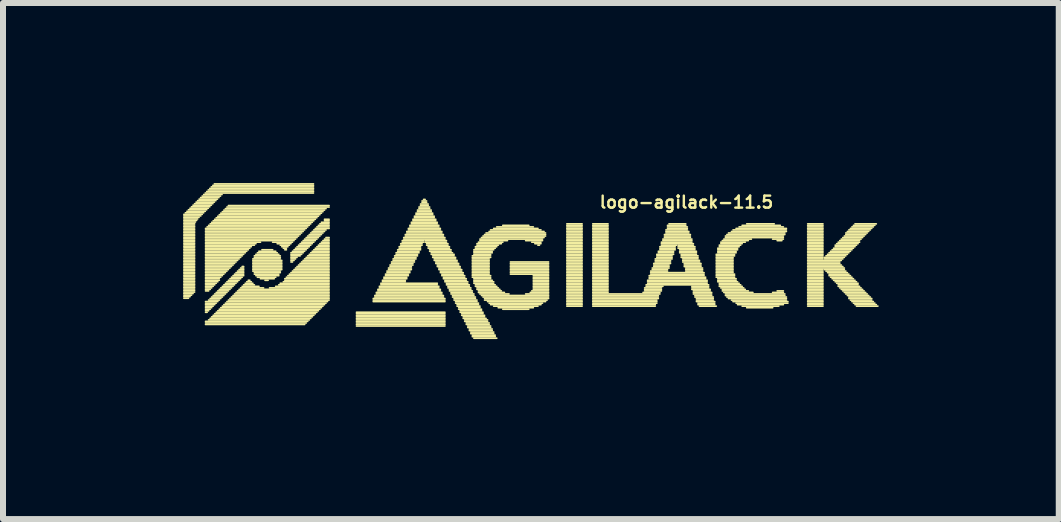
<source format=kicad_pcb>
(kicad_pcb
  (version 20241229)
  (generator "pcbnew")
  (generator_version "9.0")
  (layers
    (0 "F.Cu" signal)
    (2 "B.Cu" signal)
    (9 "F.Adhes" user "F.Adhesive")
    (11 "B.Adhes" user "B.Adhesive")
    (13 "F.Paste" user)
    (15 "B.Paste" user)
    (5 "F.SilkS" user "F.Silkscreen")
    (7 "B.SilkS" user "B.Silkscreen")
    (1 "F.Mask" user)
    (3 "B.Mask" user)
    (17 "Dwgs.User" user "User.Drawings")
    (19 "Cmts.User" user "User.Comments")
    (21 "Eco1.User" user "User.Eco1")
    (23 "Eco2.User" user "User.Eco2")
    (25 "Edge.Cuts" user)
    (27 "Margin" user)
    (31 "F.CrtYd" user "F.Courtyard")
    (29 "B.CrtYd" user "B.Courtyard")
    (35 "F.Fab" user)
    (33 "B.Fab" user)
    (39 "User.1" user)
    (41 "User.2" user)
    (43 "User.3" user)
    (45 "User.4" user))
  (footprint "logo-agilack-11.5"
    (layer "F.Cu")
    (at 6.253 1.396)
    (property "Reference" "logo-agilack-11.5" (at 2.134 -1.077 0) (layer "F.SilkS") (effects (font (size 0.2 0.2) (thickness 0.04))))
    (attr through_hole)
    (fp_line (start -6.239 -0.874) (end -5.934 -0.874) (stroke (width 0.028) (type solid)) (layer "F.SilkS"))
    (fp_line (start -6.239 -0.849) (end -5.957 -0.849) (stroke (width 0.028) (type solid)) (layer "F.SilkS"))
    (fp_line (start -6.239 -0.824) (end -5.987 -0.824) (stroke (width 0.028) (type solid)) (layer "F.SilkS"))
    (fp_line (start -6.239 -0.798) (end -6.01 -0.798) (stroke (width 0.028) (type solid)) (layer "F.SilkS"))
    (fp_line (start -6.239 -0.773) (end -6.027 -0.773) (stroke (width 0.028) (type solid)) (layer "F.SilkS"))
    (fp_line (start -6.239 -0.747) (end -6.047 -0.747) (stroke (width 0.028) (type solid)) (layer "F.SilkS"))
    (fp_line (start -6.239 -0.722) (end -6.061 -0.722) (stroke (width 0.028) (type solid)) (layer "F.SilkS"))
    (fp_line (start -6.239 -0.697) (end -6.061 -0.697) (stroke (width 0.028) (type solid)) (layer "F.SilkS"))
    (fp_line (start -6.239 -0.671) (end -6.061 -0.671) (stroke (width 0.028) (type solid)) (layer "F.SilkS"))
    (fp_line (start -6.239 -0.646) (end -6.061 -0.646) (stroke (width 0.028) (type solid)) (layer "F.SilkS"))
    (fp_line (start -6.239 -0.62) (end -6.061 -0.62) (stroke (width 0.028) (type solid)) (layer "F.SilkS"))
    (fp_line (start -6.239 -0.595) (end -6.061 -0.595) (stroke (width 0.028) (type solid)) (layer "F.SilkS"))
    (fp_line (start -6.239 -0.57) (end -6.061 -0.57) (stroke (width 0.028) (type solid)) (layer "F.SilkS"))
    (fp_line (start -6.239 -0.544) (end -6.061 -0.544) (stroke (width 0.028) (type solid)) (layer "F.SilkS"))
    (fp_line (start -6.239 -0.519) (end -6.061 -0.519) (stroke (width 0.028) (type solid)) (layer "F.SilkS"))
    (fp_line (start -6.239 -0.493) (end -6.061 -0.493) (stroke (width 0.028) (type solid)) (layer "F.SilkS"))
    (fp_line (start -6.239 -0.468) (end -6.061 -0.468) (stroke (width 0.028) (type solid)) (layer "F.SilkS"))
    (fp_line (start -6.239 -0.443) (end -6.061 -0.443) (stroke (width 0.028) (type solid)) (layer "F.SilkS"))
    (fp_line (start -6.239 -0.417) (end -6.061 -0.417) (stroke (width 0.028) (type solid)) (layer "F.SilkS"))
    (fp_line (start -6.239 -0.392) (end -6.061 -0.392) (stroke (width 0.028) (type solid)) (layer "F.SilkS"))
    (fp_line (start -6.239 -0.366) (end -6.061 -0.366) (stroke (width 0.028) (type solid)) (layer "F.SilkS"))
    (fp_line (start -6.239 -0.341) (end -6.061 -0.341) (stroke (width 0.028) (type solid)) (layer "F.SilkS"))
    (fp_line (start -6.239 -0.316) (end -6.061 -0.316) (stroke (width 0.028) (type solid)) (layer "F.SilkS"))
    (fp_line (start -6.239 -0.29) (end -6.061 -0.29) (stroke (width 0.028) (type solid)) (layer "F.SilkS"))
    (fp_line (start -6.239 -0.265) (end -6.061 -0.265) (stroke (width 0.028) (type solid)) (layer "F.SilkS"))
    (fp_line (start -6.239 -0.239) (end -6.061 -0.239) (stroke (width 0.028) (type solid)) (layer "F.SilkS"))
    (fp_line (start -6.239 -0.214) (end -6.061 -0.214) (stroke (width 0.028) (type solid)) (layer "F.SilkS"))
    (fp_line (start -6.239 -0.189) (end -6.061 -0.189) (stroke (width 0.028) (type solid)) (layer "F.SilkS"))
    (fp_line (start -6.239 -0.163) (end -6.061 -0.163) (stroke (width 0.028) (type solid)) (layer "F.SilkS"))
    (fp_line (start -6.239 -0.138) (end -6.061 -0.138) (stroke (width 0.028) (type solid)) (layer "F.SilkS"))
    (fp_line (start -6.239 -0.112) (end -6.061 -0.112) (stroke (width 0.028) (type solid)) (layer "F.SilkS"))
    (fp_line (start -6.239 -0.087) (end -6.061 -0.087) (stroke (width 0.028) (type solid)) (layer "F.SilkS"))
    (fp_line (start -6.239 -0.062) (end -6.061 -0.062) (stroke (width 0.028) (type solid)) (layer "F.SilkS"))
    (fp_line (start -6.239 -0.036) (end -6.061 -0.036) (stroke (width 0.028) (type solid)) (layer "F.SilkS"))
    (fp_line (start -6.239 -0.011) (end -6.061 -0.011) (stroke (width 0.028) (type solid)) (layer "F.SilkS"))
    (fp_line (start -6.239 0.015) (end -6.061 0.015) (stroke (width 0.028) (type solid)) (layer "F.SilkS"))
    (fp_line (start -6.239 0.04) (end -6.061 0.04) (stroke (width 0.028) (type solid)) (layer "F.SilkS"))
    (fp_line (start -6.239 0.065) (end -6.061 0.065) (stroke (width 0.028) (type solid)) (layer "F.SilkS"))
    (fp_line (start -6.239 0.091) (end -6.061 0.091) (stroke (width 0.028) (type solid)) (layer "F.SilkS"))
    (fp_line (start -6.239 0.116) (end -6.061 0.116) (stroke (width 0.028) (type solid)) (layer "F.SilkS"))
    (fp_line (start -6.239 0.142) (end -6.061 0.142) (stroke (width 0.028) (type solid)) (layer "F.SilkS"))
    (fp_line (start -6.239 0.167) (end -6.061 0.167) (stroke (width 0.028) (type solid)) (layer "F.SilkS"))
    (fp_line (start -6.239 0.192) (end -6.061 0.192) (stroke (width 0.028) (type solid)) (layer "F.SilkS"))
    (fp_line (start -6.239 0.218) (end -6.061 0.218) (stroke (width 0.028) (type solid)) (layer "F.SilkS"))
    (fp_line (start -6.239 0.243) (end -6.061 0.243) (stroke (width 0.028) (type solid)) (layer "F.SilkS"))
    (fp_line (start -6.239 0.269) (end -6.061 0.269) (stroke (width 0.028) (type solid)) (layer "F.SilkS"))
    (fp_line (start -6.239 0.294) (end -6.061 0.294) (stroke (width 0.028) (type solid)) (layer "F.SilkS"))
    (fp_line (start -6.239 0.319) (end -6.061 0.319) (stroke (width 0.028) (type solid)) (layer "F.SilkS"))
    (fp_line (start -6.239 0.345) (end -6.061 0.345) (stroke (width 0.028) (type solid)) (layer "F.SilkS"))
    (fp_line (start -6.239 0.37) (end -6.061 0.37) (stroke (width 0.028) (type solid)) (layer "F.SilkS"))
    (fp_line (start -6.239 0.396) (end -6.061 0.396) (stroke (width 0.028) (type solid)) (layer "F.SilkS"))
    (fp_line (start -6.239 0.421) (end -6.061 0.421) (stroke (width 0.028) (type solid)) (layer "F.SilkS"))
    (fp_line (start -6.239 0.446) (end -6.087 0.446) (stroke (width 0.028) (type solid)) (layer "F.SilkS"))
    (fp_line (start -6.239 0.472) (end -6.112 0.472) (stroke (width 0.028) (type solid)) (layer "F.SilkS"))
    (fp_line (start -6.239 0.497) (end -6.137 0.497) (stroke (width 0.028) (type solid)) (layer "F.SilkS"))
    (fp_line (start -6.239 0.523) (end -6.163 0.523) (stroke (width 0.028) (type solid)) (layer "F.SilkS"))
    (fp_line (start -6.214 -0.9) (end -5.909 -0.9) (stroke (width 0.028) (type solid)) (layer "F.SilkS"))
    (fp_line (start -6.188 -0.925) (end -5.883 -0.925) (stroke (width 0.028) (type solid)) (layer "F.SilkS"))
    (fp_line (start -6.163 -0.951) (end -5.858 -0.951) (stroke (width 0.028) (type solid)) (layer "F.SilkS"))
    (fp_line (start -6.137 -0.976) (end -5.833 -0.976) (stroke (width 0.028) (type solid)) (layer "F.SilkS"))
    (fp_line (start -6.112 -1.001) (end -5.807 -1.001) (stroke (width 0.028) (type solid)) (layer "F.SilkS"))
    (fp_line (start -6.087 -1.027) (end -5.782 -1.027) (stroke (width 0.028) (type solid)) (layer "F.SilkS"))
    (fp_line (start -6.061 -1.052) (end -5.756 -1.052) (stroke (width 0.028) (type solid)) (layer "F.SilkS"))
    (fp_line (start -6.036 -1.078) (end -5.731 -1.078) (stroke (width 0.028) (type solid)) (layer "F.SilkS"))
    (fp_line (start -6.01 -1.103) (end -5.706 -1.103) (stroke (width 0.028) (type solid)) (layer "F.SilkS"))
    (fp_line (start -5.985 -1.128) (end -5.68 -1.128) (stroke (width 0.028) (type solid)) (layer "F.SilkS"))
    (fp_line (start -5.96 -1.154) (end -5.655 -1.154) (stroke (width 0.028) (type solid)) (layer "F.SilkS"))
    (fp_line (start -5.934 -1.179) (end -5.629 -1.179) (stroke (width 0.028) (type solid)) (layer "F.SilkS"))
    (fp_line (start -5.909 -1.205) (end -5.604 -1.205) (stroke (width 0.028) (type solid)) (layer "F.SilkS"))
    (fp_line (start -5.883 -1.23) (end -4.08 -1.23) (stroke (width 0.028) (type solid)) (layer "F.SilkS"))
    (fp_line (start -5.878 -0.64) (end -4.201 -0.64) (stroke (width 0.028) (type solid)) (layer "F.SilkS"))
    (fp_line (start -5.878 -0.615) (end -4.227 -0.615) (stroke (width 0.028) (type solid)) (layer "F.SilkS"))
    (fp_line (start -5.878 -0.589) (end -4.252 -0.589) (stroke (width 0.028) (type solid)) (layer "F.SilkS"))
    (fp_line (start -5.878 -0.564) (end -4.277 -0.564) (stroke (width 0.028) (type solid)) (layer "F.SilkS"))
    (fp_line (start -5.878 -0.538) (end -4.303 -0.538) (stroke (width 0.028) (type solid)) (layer "F.SilkS"))
    (fp_line (start -5.878 -0.513) (end -4.328 -0.513) (stroke (width 0.028) (type solid)) (layer "F.SilkS"))
    (fp_line (start -5.878 -0.488) (end -4.354 -0.488) (stroke (width 0.028) (type solid)) (layer "F.SilkS"))
    (fp_line (start -5.878 -0.462) (end -4.379 -0.462) (stroke (width 0.028) (type solid)) (layer "F.SilkS"))
    (fp_line (start -5.878 -0.437) (end -4.404 -0.437) (stroke (width 0.028) (type solid)) (layer "F.SilkS"))
    (fp_line (start -5.878 -0.411) (end -4.963 -0.411) (stroke (width 0.028) (type solid)) (layer "F.SilkS"))
    (fp_line (start -5.878 -0.386) (end -5.039 -0.386) (stroke (width 0.028) (type solid)) (layer "F.SilkS"))
    (fp_line (start -5.878 -0.361) (end -5.065 -0.361) (stroke (width 0.028) (type solid)) (layer "F.SilkS"))
    (fp_line (start -5.878 -0.335) (end -5.116 -0.335) (stroke (width 0.028) (type solid)) (layer "F.SilkS"))
    (fp_line (start -5.878 -0.31) (end -5.141 -0.31) (stroke (width 0.028) (type solid)) (layer "F.SilkS"))
    (fp_line (start -5.878 -0.284) (end -5.166 -0.284) (stroke (width 0.028) (type solid)) (layer "F.SilkS"))
    (fp_line (start -5.878 -0.259) (end -5.192 -0.259) (stroke (width 0.028) (type solid)) (layer "F.SilkS"))
    (fp_line (start -5.878 -0.234) (end -5.217 -0.234) (stroke (width 0.028) (type solid)) (layer "F.SilkS"))
    (fp_line (start -5.878 -0.208) (end -5.243 -0.208) (stroke (width 0.028) (type solid)) (layer "F.SilkS"))
    (fp_line (start -5.878 -0.183) (end -5.268 -0.183) (stroke (width 0.028) (type solid)) (layer "F.SilkS"))
    (fp_line (start -5.878 -0.157) (end -5.293 -0.157) (stroke (width 0.028) (type solid)) (layer "F.SilkS"))
    (fp_line (start -5.878 -0.132) (end -5.319 -0.132) (stroke (width 0.028) (type solid)) (layer "F.SilkS"))
    (fp_line (start -5.878 -0.107) (end -5.344 -0.107) (stroke (width 0.028) (type solid)) (layer "F.SilkS"))
    (fp_line (start -5.878 -0.081) (end -5.37 -0.081) (stroke (width 0.028) (type solid)) (layer "F.SilkS"))
    (fp_line (start -5.878 -0.056) (end -5.395 -0.056) (stroke (width 0.028) (type solid)) (layer "F.SilkS"))
    (fp_line (start -5.878 -0.03) (end -5.42 -0.03) (stroke (width 0.028) (type solid)) (layer "F.SilkS"))
    (fp_line (start -5.878 -0.005) (end -5.446 -0.005) (stroke (width 0.028) (type solid)) (layer "F.SilkS"))
    (fp_line (start -5.878 0.02) (end -5.471 0.02) (stroke (width 0.028) (type solid)) (layer "F.SilkS"))
    (fp_line (start -5.878 0.046) (end -5.497 0.046) (stroke (width 0.028) (type solid)) (layer "F.SilkS"))
    (fp_line (start -5.878 0.071) (end -5.522 0.071) (stroke (width 0.028) (type solid)) (layer "F.SilkS"))
    (fp_line (start -5.878 0.097) (end -5.547 0.097) (stroke (width 0.028) (type solid)) (layer "F.SilkS"))
    (fp_line (start -5.878 0.122) (end -5.573 0.122) (stroke (width 0.028) (type solid)) (layer "F.SilkS"))
    (fp_line (start -5.878 0.147) (end -5.598 0.147) (stroke (width 0.028) (type solid)) (layer "F.SilkS"))
    (fp_line (start -5.878 0.173) (end -5.624 0.173) (stroke (width 0.028) (type solid)) (layer "F.SilkS"))
    (fp_line (start -5.878 0.198) (end -5.649 0.198) (stroke (width 0.028) (type solid)) (layer "F.SilkS"))
    (fp_line (start -5.878 0.224) (end -5.649 0.224) (stroke (width 0.028) (type solid)) (layer "F.SilkS"))
    (fp_line (start -5.878 0.249) (end -5.674 0.249) (stroke (width 0.028) (type solid)) (layer "F.SilkS"))
    (fp_line (start -5.878 0.274) (end -5.7 0.274) (stroke (width 0.028) (type solid)) (layer "F.SilkS"))
    (fp_line (start -5.878 0.3) (end -5.725 0.3) (stroke (width 0.028) (type solid)) (layer "F.SilkS"))
    (fp_line (start -5.878 0.325) (end -5.751 0.325) (stroke (width 0.028) (type solid)) (layer "F.SilkS"))
    (fp_line (start -5.878 0.351) (end -5.776 0.351) (stroke (width 0.028) (type solid)) (layer "F.SilkS"))
    (fp_line (start -5.878 0.376) (end -5.801 0.376) (stroke (width 0.028) (type solid)) (layer "F.SilkS"))
    (fp_line (start -5.878 0.401) (end -5.827 0.401) (stroke (width 0.028) (type solid)) (layer "F.SilkS"))
    (fp_line (start -5.878 0.579) (end -5.674 0.579) (stroke (width 0.028) (type solid)) (layer "F.SilkS"))
    (fp_line (start -5.878 0.605) (end -5.7 0.605) (stroke (width 0.028) (type solid)) (layer "F.SilkS"))
    (fp_line (start -5.878 0.63) (end -5.725 0.63) (stroke (width 0.028) (type solid)) (layer "F.SilkS"))
    (fp_line (start -5.878 0.655) (end -5.751 0.655) (stroke (width 0.028) (type solid)) (layer "F.SilkS"))
    (fp_line (start -5.878 0.681) (end -5.776 0.681) (stroke (width 0.028) (type solid)) (layer "F.SilkS"))
    (fp_line (start -5.878 0.706) (end -5.801 0.706) (stroke (width 0.028) (type solid)) (layer "F.SilkS"))
    (fp_line (start -5.878 0.732) (end -5.827 0.732) (stroke (width 0.028) (type solid)) (layer "F.SilkS"))
    (fp_line (start -5.878 0.757) (end -5.852 0.757) (stroke (width 0.028) (type solid)) (layer "F.SilkS"))
    (fp_line (start -5.878 0.909) (end -4.176 0.909) (stroke (width 0.028) (type solid)) (layer "F.SilkS"))
    (fp_line (start -5.878 0.935) (end -4.201 0.935) (stroke (width 0.028) (type solid)) (layer "F.SilkS"))
    (fp_line (start -5.878 0.96) (end -4.227 0.96) (stroke (width 0.028) (type solid)) (layer "F.SilkS"))
    (fp_line (start -5.858 -1.255) (end -4.08 -1.255) (stroke (width 0.028) (type solid)) (layer "F.SilkS"))
    (fp_line (start -5.852 -0.665) (end -4.176 -0.665) (stroke (width 0.028) (type solid)) (layer "F.SilkS"))
    (fp_line (start -5.833 -1.281) (end -4.08 -1.281) (stroke (width 0.028) (type solid)) (layer "F.SilkS"))
    (fp_line (start -5.827 -0.691) (end -4.15 -0.691) (stroke (width 0.028) (type solid)) (layer "F.SilkS"))
    (fp_line (start -5.827 0.554) (end -5.649 0.554) (stroke (width 0.028) (type solid)) (layer "F.SilkS"))
    (fp_line (start -5.827 0.884) (end -4.15 0.884) (stroke (width 0.028) (type solid)) (layer "F.SilkS"))
    (fp_line (start -5.807 -1.306) (end -4.08 -1.306) (stroke (width 0.028) (type solid)) (layer "F.SilkS"))
    (fp_line (start -5.801 -0.716) (end -4.125 -0.716) (stroke (width 0.028) (type solid)) (layer "F.SilkS"))
    (fp_line (start -5.801 0.528) (end -5.624 0.528) (stroke (width 0.028) (type solid)) (layer "F.SilkS"))
    (fp_line (start -5.801 0.859) (end -4.125 0.859) (stroke (width 0.028) (type solid)) (layer "F.SilkS"))
    (fp_line (start -5.782 -1.332) (end -4.08 -1.332) (stroke (width 0.028) (type solid)) (layer "F.SilkS"))
    (fp_line (start -5.776 -0.742) (end -4.1 -0.742) (stroke (width 0.028) (type solid)) (layer "F.SilkS"))
    (fp_line (start -5.776 0.503) (end -5.598 0.503) (stroke (width 0.028) (type solid)) (layer "F.SilkS"))
    (fp_line (start -5.776 0.833) (end -4.1 0.833) (stroke (width 0.028) (type solid)) (layer "F.SilkS"))
    (fp_line (start -5.756 -1.357) (end -4.08 -1.357) (stroke (width 0.028) (type solid)) (layer "F.SilkS"))
    (fp_line (start -5.751 -0.767) (end -4.074 -0.767) (stroke (width 0.028) (type solid)) (layer "F.SilkS"))
    (fp_line (start -5.751 0.478) (end -5.573 0.478) (stroke (width 0.028) (type solid)) (layer "F.SilkS"))
    (fp_line (start -5.751 0.808) (end -4.074 0.808) (stroke (width 0.028) (type solid)) (layer "F.SilkS"))
    (fp_line (start -5.731 -1.382) (end -4.08 -1.382) (stroke (width 0.028) (type solid)) (layer "F.SilkS"))
    (fp_line (start -5.725 -0.792) (end -4.049 -0.792) (stroke (width 0.028) (type solid)) (layer "F.SilkS"))
    (fp_line (start -5.725 0.452) (end -5.547 0.452) (stroke (width 0.028) (type solid)) (layer "F.SilkS"))
    (fp_line (start -5.725 0.782) (end -4.049 0.782) (stroke (width 0.028) (type solid)) (layer "F.SilkS"))
    (fp_line (start -5.7 -0.818) (end -4.023 -0.818) (stroke (width 0.028) (type solid)) (layer "F.SilkS"))
    (fp_line (start -5.7 0.427) (end -5.522 0.427) (stroke (width 0.028) (type solid)) (layer "F.SilkS"))
    (fp_line (start -5.7 0.757) (end -4.023 0.757) (stroke (width 0.028) (type solid)) (layer "F.SilkS"))
    (fp_line (start -5.674 -0.843) (end -3.998 -0.843) (stroke (width 0.028) (type solid)) (layer "F.SilkS"))
    (fp_line (start -5.674 0.401) (end -5.497 0.401) (stroke (width 0.028) (type solid)) (layer "F.SilkS"))
    (fp_line (start -5.674 0.732) (end -3.998 0.732) (stroke (width 0.028) (type solid)) (layer "F.SilkS"))
    (fp_line (start -5.649 -0.869) (end -3.973 -0.869) (stroke (width 0.028) (type solid)) (layer "F.SilkS"))
    (fp_line (start -5.649 0.376) (end -5.471 0.376) (stroke (width 0.028) (type solid)) (layer "F.SilkS"))
    (fp_line (start -5.649 0.706) (end -3.973 0.706) (stroke (width 0.028) (type solid)) (layer "F.SilkS"))
    (fp_line (start -5.624 -0.894) (end -3.947 -0.894) (stroke (width 0.028) (type solid)) (layer "F.SilkS"))
    (fp_line (start -5.624 0.351) (end -5.446 0.351) (stroke (width 0.028) (type solid)) (layer "F.SilkS"))
    (fp_line (start -5.624 0.681) (end -3.947 0.681) (stroke (width 0.028) (type solid)) (layer "F.SilkS"))
    (fp_line (start -5.598 -0.919) (end -3.922 -0.919) (stroke (width 0.028) (type solid)) (layer "F.SilkS"))
    (fp_line (start -5.598 0.325) (end -5.42 0.325) (stroke (width 0.028) (type solid)) (layer "F.SilkS"))
    (fp_line (start -5.598 0.655) (end -3.922 0.655) (stroke (width 0.028) (type solid)) (layer "F.SilkS"))
    (fp_line (start -5.573 -0.945) (end -3.896 -0.945) (stroke (width 0.028) (type solid)) (layer "F.SilkS"))
    (fp_line (start -5.573 0.3) (end -5.395 0.3) (stroke (width 0.028) (type solid)) (layer "F.SilkS"))
    (fp_line (start -5.573 0.63) (end -3.896 0.63) (stroke (width 0.028) (type solid)) (layer "F.SilkS"))
    (fp_line (start -5.547 -0.97) (end -3.871 -0.97) (stroke (width 0.028) (type solid)) (layer "F.SilkS"))
    (fp_line (start -5.547 0.274) (end -5.37 0.274) (stroke (width 0.028) (type solid)) (layer "F.SilkS"))
    (fp_line (start -5.547 0.605) (end -3.871 0.605) (stroke (width 0.028) (type solid)) (layer "F.SilkS"))
    (fp_line (start -5.522 -0.996) (end -3.82 -0.996) (stroke (width 0.028) (type solid)) (layer "F.SilkS"))
    (fp_line (start -5.522 0.249) (end -5.344 0.249) (stroke (width 0.028) (type solid)) (layer "F.SilkS"))
    (fp_line (start -5.522 0.579) (end -3.846 0.579) (stroke (width 0.028) (type solid)) (layer "F.SilkS"))
    (fp_line (start -5.497 -1.021) (end -3.82 -1.021) (stroke (width 0.028) (type solid)) (layer "F.SilkS"))
    (fp_line (start -5.497 0.224) (end -5.319 0.224) (stroke (width 0.028) (type solid)) (layer "F.SilkS"))
    (fp_line (start -5.497 0.554) (end -3.82 0.554) (stroke (width 0.028) (type solid)) (layer "F.SilkS"))
    (fp_line (start -5.471 0.198) (end -5.293 0.198) (stroke (width 0.028) (type solid)) (layer "F.SilkS"))
    (fp_line (start -5.471 0.528) (end -3.82 0.528) (stroke (width 0.028) (type solid)) (layer "F.SilkS"))
    (fp_line (start -5.446 0.173) (end -5.268 0.173) (stroke (width 0.028) (type solid)) (layer "F.SilkS"))
    (fp_line (start -5.446 0.503) (end -3.82 0.503) (stroke (width 0.028) (type solid)) (layer "F.SilkS"))
    (fp_line (start -5.42 0.147) (end -5.243 0.147) (stroke (width 0.028) (type solid)) (layer "F.SilkS"))
    (fp_line (start -5.42 0.478) (end -3.82 0.478) (stroke (width 0.028) (type solid)) (layer "F.SilkS"))
    (fp_line (start -5.395 0.122) (end -5.243 0.122) (stroke (width 0.028) (type solid)) (layer "F.SilkS"))
    (fp_line (start -5.395 0.452) (end -3.82 0.452) (stroke (width 0.028) (type solid)) (layer "F.SilkS"))
    (fp_line (start -5.37 0.097) (end -5.243 0.097) (stroke (width 0.028) (type solid)) (layer "F.SilkS"))
    (fp_line (start -5.37 0.427) (end -3.82 0.427) (stroke (width 0.028) (type solid)) (layer "F.SilkS"))
    (fp_line (start -5.344 0.071) (end -5.243 0.071) (stroke (width 0.028) (type solid)) (layer "F.SilkS"))
    (fp_line (start -5.344 0.401) (end -3.82 0.401) (stroke (width 0.028) (type solid)) (layer "F.SilkS"))
    (fp_line (start -5.319 0.046) (end -5.243 0.046) (stroke (width 0.028) (type solid)) (layer "F.SilkS"))
    (fp_line (start -5.319 0.376) (end -3.82 0.376) (stroke (width 0.028) (type solid)) (layer "F.SilkS"))
    (fp_line (start -5.293 0.02) (end -5.243 0.02) (stroke (width 0.028) (type solid)) (layer "F.SilkS"))
    (fp_line (start -5.293 0.351) (end -4.912 0.351) (stroke (width 0.028) (type solid)) (layer "F.SilkS"))
    (fp_line (start -5.268 -0.005) (end -5.243 -0.005) (stroke (width 0.028) (type solid)) (layer "F.SilkS"))
    (fp_line (start -5.268 0.325) (end -4.989 0.325) (stroke (width 0.028) (type solid)) (layer "F.SilkS"))
    (fp_line (start -5.243 0.3) (end -5.065 0.3) (stroke (width 0.028) (type solid)) (layer "F.SilkS"))
    (fp_line (start -5.217 0.274) (end -5.09 0.274) (stroke (width 0.028) (type solid)) (layer "F.SilkS"))
    (fp_line (start -5.192 0.249) (end -5.116 0.249) (stroke (width 0.028) (type solid)) (layer "F.SilkS"))
    (fp_line (start -5.166 0.224) (end -5.141 0.224) (stroke (width 0.028) (type solid)) (layer "F.SilkS"))
    (fp_line (start -5.09 -0.132) (end -4.633 -0.132) (stroke (width 0.028) (type solid)) (layer "F.SilkS"))
    (fp_line (start -5.09 -0.107) (end -4.608 -0.107) (stroke (width 0.028) (type solid)) (layer "F.SilkS"))
    (fp_line (start -5.09 -0.081) (end -4.608 -0.081) (stroke (width 0.028) (type solid)) (layer "F.SilkS"))
    (fp_line (start -5.09 -0.056) (end -4.608 -0.056) (stroke (width 0.028) (type solid)) (layer "F.SilkS"))
    (fp_line (start -5.09 -0.03) (end -4.608 -0.03) (stroke (width 0.028) (type solid)) (layer "F.SilkS"))
    (fp_line (start -5.09 -0.005) (end -4.608 -0.005) (stroke (width 0.028) (type solid)) (layer "F.SilkS"))
    (fp_line (start -5.09 0.02) (end -4.608 0.02) (stroke (width 0.028) (type solid)) (layer "F.SilkS"))
    (fp_line (start -5.09 0.046) (end -4.608 0.046) (stroke (width 0.028) (type solid)) (layer "F.SilkS"))
    (fp_line (start -5.09 0.071) (end -4.633 0.071) (stroke (width 0.028) (type solid)) (layer "F.SilkS"))
    (fp_line (start -5.065 -0.183) (end -4.633 -0.183) (stroke (width 0.028) (type solid)) (layer "F.SilkS"))
    (fp_line (start -5.065 -0.157) (end -4.633 -0.157) (stroke (width 0.028) (type solid)) (layer "F.SilkS"))
    (fp_line (start -5.065 0.097) (end -4.633 0.097) (stroke (width 0.028) (type solid)) (layer "F.SilkS"))
    (fp_line (start -5.065 0.122) (end -4.658 0.122) (stroke (width 0.028) (type solid)) (layer "F.SilkS"))
    (fp_line (start -5.039 -0.208) (end -4.658 -0.208) (stroke (width 0.028) (type solid)) (layer "F.SilkS"))
    (fp_line (start -5.039 0.147) (end -4.658 0.147) (stroke (width 0.028) (type solid)) (layer "F.SilkS"))
    (fp_line (start -5.014 -0.234) (end -4.684 -0.234) (stroke (width 0.028) (type solid)) (layer "F.SilkS"))
    (fp_line (start -5.014 0.173) (end -4.709 0.173) (stroke (width 0.028) (type solid)) (layer "F.SilkS"))
    (fp_line (start -4.989 -0.259) (end -4.709 -0.259) (stroke (width 0.028) (type solid)) (layer "F.SilkS"))
    (fp_line (start -4.963 0.198) (end -4.735 0.198) (stroke (width 0.028) (type solid)) (layer "F.SilkS"))
    (fp_line (start -4.938 -0.284) (end -4.76 -0.284) (stroke (width 0.028) (type solid)) (layer "F.SilkS"))
    (fp_line (start -4.887 0.224) (end -4.836 0.224) (stroke (width 0.028) (type solid)) (layer "F.SilkS"))
    (fp_line (start -4.811 0.351) (end -3.82 0.351) (stroke (width 0.028) (type solid)) (layer "F.SilkS"))
    (fp_line (start -4.76 -0.411) (end -4.43 -0.411) (stroke (width 0.028) (type solid)) (layer "F.SilkS"))
    (fp_line (start -4.709 0.325) (end -3.82 0.325) (stroke (width 0.028) (type solid)) (layer "F.SilkS"))
    (fp_line (start -4.684 -0.386) (end -4.455 -0.386) (stroke (width 0.028) (type solid)) (layer "F.SilkS"))
    (fp_line (start -4.658 0.3) (end -3.82 0.3) (stroke (width 0.028) (type solid)) (layer "F.SilkS"))
    (fp_line (start -4.633 -0.361) (end -4.481 -0.361) (stroke (width 0.028) (type solid)) (layer "F.SilkS"))
    (fp_line (start -4.633 0.274) (end -3.82 0.274) (stroke (width 0.028) (type solid)) (layer "F.SilkS"))
    (fp_line (start -4.608 -0.335) (end -4.506 -0.335) (stroke (width 0.028) (type solid)) (layer "F.SilkS"))
    (fp_line (start -4.582 -0.31) (end -4.531 -0.31) (stroke (width 0.028) (type solid)) (layer "F.SilkS"))
    (fp_line (start -4.582 0.249) (end -3.82 0.249) (stroke (width 0.028) (type solid)) (layer "F.SilkS"))
    (fp_line (start -4.557 -0.284) (end -4.531 -0.284) (stroke (width 0.028) (type solid)) (layer "F.SilkS"))
    (fp_line (start -4.557 0.198) (end -3.82 0.198) (stroke (width 0.028) (type solid)) (layer "F.SilkS"))
    (fp_line (start -4.557 0.224) (end -3.82 0.224) (stroke (width 0.028) (type solid)) (layer "F.SilkS"))
    (fp_line (start -4.531 0.173) (end -3.82 0.173) (stroke (width 0.028) (type solid)) (layer "F.SilkS"))
    (fp_line (start -4.506 0.147) (end -3.82 0.147) (stroke (width 0.028) (type solid)) (layer "F.SilkS"))
    (fp_line (start -4.481 0.122) (end -3.82 0.122) (stroke (width 0.028) (type solid)) (layer "F.SilkS"))
    (fp_line (start -4.455 -0.234) (end -4.252 -0.234) (stroke (width 0.028) (type solid)) (layer "F.SilkS"))
    (fp_line (start -4.455 -0.208) (end -4.277 -0.208) (stroke (width 0.028) (type solid)) (layer "F.SilkS"))
    (fp_line (start -4.455 -0.183) (end -4.303 -0.183) (stroke (width 0.028) (type solid)) (layer "F.SilkS"))
    (fp_line (start -4.455 -0.157) (end -4.354 -0.157) (stroke (width 0.028) (type solid)) (layer "F.SilkS"))
    (fp_line (start -4.455 -0.132) (end -4.379 -0.132) (stroke (width 0.028) (type solid)) (layer "F.SilkS"))
    (fp_line (start -4.455 -0.107) (end -4.404 -0.107) (stroke (width 0.028) (type solid)) (layer "F.SilkS"))
    (fp_line (start -4.455 -0.081) (end -4.43 -0.081) (stroke (width 0.028) (type solid)) (layer "F.SilkS"))
    (fp_line (start -4.455 0.097) (end -3.82 0.097) (stroke (width 0.028) (type solid)) (layer "F.SilkS"))
    (fp_line (start -4.43 -0.259) (end -4.227 -0.259) (stroke (width 0.028) (type solid)) (layer "F.SilkS"))
    (fp_line (start -4.43 0.071) (end -3.82 0.071) (stroke (width 0.028) (type solid)) (layer "F.SilkS"))
    (fp_line (start -4.404 -0.284) (end -4.201 -0.284) (stroke (width 0.028) (type solid)) (layer "F.SilkS"))
    (fp_line (start -4.404 0.046) (end -3.82 0.046) (stroke (width 0.028) (type solid)) (layer "F.SilkS"))
    (fp_line (start -4.379 -0.31) (end -4.176 -0.31) (stroke (width 0.028) (type solid)) (layer "F.SilkS"))
    (fp_line (start -4.379 0.02) (end -3.82 0.02) (stroke (width 0.028) (type solid)) (layer "F.SilkS"))
    (fp_line (start -4.354 -0.335) (end -4.15 -0.335) (stroke (width 0.028) (type solid)) (layer "F.SilkS"))
    (fp_line (start -4.354 -0.005) (end -3.82 -0.005) (stroke (width 0.028) (type solid)) (layer "F.SilkS"))
    (fp_line (start -4.328 -0.361) (end -4.125 -0.361) (stroke (width 0.028) (type solid)) (layer "F.SilkS"))
    (fp_line (start -4.328 -0.03) (end -3.82 -0.03) (stroke (width 0.028) (type solid)) (layer "F.SilkS"))
    (fp_line (start -4.303 -0.386) (end -4.1 -0.386) (stroke (width 0.028) (type solid)) (layer "F.SilkS"))
    (fp_line (start -4.303 -0.056) (end -3.82 -0.056) (stroke (width 0.028) (type solid)) (layer "F.SilkS"))
    (fp_line (start -4.277 -0.411) (end -4.074 -0.411) (stroke (width 0.028) (type solid)) (layer "F.SilkS"))
    (fp_line (start -4.277 -0.081) (end -3.82 -0.081) (stroke (width 0.028) (type solid)) (layer "F.SilkS"))
    (fp_line (start -4.252 -0.437) (end -4.049 -0.437) (stroke (width 0.028) (type solid)) (layer "F.SilkS"))
    (fp_line (start -4.252 -0.107) (end -3.82 -0.107) (stroke (width 0.028) (type solid)) (layer "F.SilkS"))
    (fp_line (start -4.227 -0.462) (end -4.023 -0.462) (stroke (width 0.028) (type solid)) (layer "F.SilkS"))
    (fp_line (start -4.227 -0.132) (end -3.82 -0.132) (stroke (width 0.028) (type solid)) (layer "F.SilkS"))
    (fp_line (start -4.201 -0.488) (end -3.998 -0.488) (stroke (width 0.028) (type solid)) (layer "F.SilkS"))
    (fp_line (start -4.201 -0.157) (end -3.82 -0.157) (stroke (width 0.028) (type solid)) (layer "F.SilkS"))
    (fp_line (start -4.176 -0.513) (end -3.973 -0.513) (stroke (width 0.028) (type solid)) (layer "F.SilkS"))
    (fp_line (start -4.176 -0.183) (end -3.82 -0.183) (stroke (width 0.028) (type solid)) (layer "F.SilkS"))
    (fp_line (start -4.15 -0.538) (end -3.947 -0.538) (stroke (width 0.028) (type solid)) (layer "F.SilkS"))
    (fp_line (start -4.15 -0.208) (end -3.82 -0.208) (stroke (width 0.028) (type solid)) (layer "F.SilkS"))
    (fp_line (start -4.125 -0.564) (end -3.922 -0.564) (stroke (width 0.028) (type solid)) (layer "F.SilkS"))
    (fp_line (start -4.125 -0.234) (end -3.82 -0.234) (stroke (width 0.028) (type solid)) (layer "F.SilkS"))
    (fp_line (start -4.1 -0.589) (end -3.896 -0.589) (stroke (width 0.028) (type solid)) (layer "F.SilkS"))
    (fp_line (start -4.1 -0.259) (end -3.82 -0.259) (stroke (width 0.028) (type solid)) (layer "F.SilkS"))
    (fp_line (start -4.074 -0.615) (end -3.871 -0.615) (stroke (width 0.028) (type solid)) (layer "F.SilkS"))
    (fp_line (start -4.074 -0.284) (end -3.82 -0.284) (stroke (width 0.028) (type solid)) (layer "F.SilkS"))
    (fp_line (start -4.049 -0.64) (end -3.82 -0.64) (stroke (width 0.028) (type solid)) (layer "F.SilkS"))
    (fp_line (start -4.049 -0.31) (end -3.82 -0.31) (stroke (width 0.028) (type solid)) (layer "F.SilkS"))
    (fp_line (start -4.023 -0.665) (end -3.82 -0.665) (stroke (width 0.028) (type solid)) (layer "F.SilkS"))
    (fp_line (start -4.023 -0.335) (end -3.82 -0.335) (stroke (width 0.028) (type solid)) (layer "F.SilkS"))
    (fp_line (start -3.998 -0.691) (end -3.82 -0.691) (stroke (width 0.028) (type solid)) (layer "F.SilkS"))
    (fp_line (start -3.998 -0.361) (end -3.82 -0.361) (stroke (width 0.028) (type solid)) (layer "F.SilkS"))
    (fp_line (start -3.973 -0.716) (end -3.82 -0.716) (stroke (width 0.028) (type solid)) (layer "F.SilkS"))
    (fp_line (start -3.973 -0.386) (end -3.82 -0.386) (stroke (width 0.028) (type solid)) (layer "F.SilkS"))
    (fp_line (start -3.947 -0.742) (end -3.82 -0.742) (stroke (width 0.028) (type solid)) (layer "F.SilkS"))
    (fp_line (start -3.947 -0.411) (end -3.82 -0.411) (stroke (width 0.028) (type solid)) (layer "F.SilkS"))
    (fp_line (start -3.922 -0.437) (end -3.82 -0.437) (stroke (width 0.028) (type solid)) (layer "F.SilkS"))
    (fp_line (start -3.896 -0.792) (end -3.82 -0.792) (stroke (width 0.028) (type solid)) (layer "F.SilkS"))
    (fp_line (start -3.896 -0.767) (end -3.82 -0.767) (stroke (width 0.028) (type solid)) (layer "F.SilkS"))
    (fp_line (start -3.896 -0.462) (end -3.82 -0.462) (stroke (width 0.028) (type solid)) (layer "F.SilkS"))
    (fp_line (start -3.871 -0.488) (end -3.82 -0.488) (stroke (width 0.028) (type solid)) (layer "F.SilkS"))
    (fp_line (start -3.363 0.757) (end -1.89 0.757) (stroke (width 0.028) (type solid)) (layer "F.SilkS"))
    (fp_line (start -3.363 0.782) (end -1.89 0.782) (stroke (width 0.028) (type solid)) (layer "F.SilkS"))
    (fp_line (start -3.363 0.808) (end -1.89 0.808) (stroke (width 0.028) (type solid)) (layer "F.SilkS"))
    (fp_line (start -3.363 0.833) (end -1.89 0.833) (stroke (width 0.028) (type solid)) (layer "F.SilkS"))
    (fp_line (start -3.363 0.859) (end -1.89 0.859) (stroke (width 0.028) (type solid)) (layer "F.SilkS"))
    (fp_line (start -3.363 0.884) (end -1.89 0.884) (stroke (width 0.028) (type solid)) (layer "F.SilkS"))
    (fp_line (start -3.363 0.909) (end -1.89 0.909) (stroke (width 0.028) (type solid)) (layer "F.SilkS"))
    (fp_line (start -3.363 0.935) (end -1.89 0.935) (stroke (width 0.028) (type solid)) (layer "F.SilkS"))
    (fp_line (start -3.363 0.96) (end -1.89 0.96) (stroke (width 0.028) (type solid)) (layer "F.SilkS"))
    (fp_line (start -3.363 0.986) (end -1.89 0.986) (stroke (width 0.028) (type solid)) (layer "F.SilkS"))
    (fp_line (start -3.084 0.528) (end -1.89 0.528) (stroke (width 0.028) (type solid)) (layer "F.SilkS"))
    (fp_line (start -3.084 0.554) (end -1.89 0.554) (stroke (width 0.028) (type solid)) (layer "F.SilkS"))
    (fp_line (start -3.084 0.579) (end -1.89 0.579) (stroke (width 0.028) (type solid)) (layer "F.SilkS"))
    (fp_line (start -3.058 0.478) (end -1.915 0.478) (stroke (width 0.028) (type solid)) (layer "F.SilkS"))
    (fp_line (start -3.058 0.503) (end -1.915 0.503) (stroke (width 0.028) (type solid)) (layer "F.SilkS"))
    (fp_line (start -3.033 0.427) (end -1.941 0.427) (stroke (width 0.028) (type solid)) (layer "F.SilkS"))
    (fp_line (start -3.033 0.452) (end -1.941 0.452) (stroke (width 0.028) (type solid)) (layer "F.SilkS"))
    (fp_line (start -3.007 0.376) (end -1.966 0.376) (stroke (width 0.028) (type solid)) (layer "F.SilkS"))
    (fp_line (start -3.007 0.401) (end -1.966 0.401) (stroke (width 0.028) (type solid)) (layer "F.SilkS"))
    (fp_line (start -2.982 0.325) (end -1.991 0.325) (stroke (width 0.028) (type solid)) (layer "F.SilkS"))
    (fp_line (start -2.982 0.351) (end -1.991 0.351) (stroke (width 0.028) (type solid)) (layer "F.SilkS"))
    (fp_line (start -2.957 0.274) (end -2.017 0.274) (stroke (width 0.028) (type solid)) (layer "F.SilkS"))
    (fp_line (start -2.957 0.3) (end -2.017 0.3) (stroke (width 0.028) (type solid)) (layer "F.SilkS"))
    (fp_line (start -2.931 0.224) (end -2.55 0.224) (stroke (width 0.028) (type solid)) (layer "F.SilkS"))
    (fp_line (start -2.931 0.249) (end -2.55 0.249) (stroke (width 0.028) (type solid)) (layer "F.SilkS"))
    (fp_line (start -2.906 0.173) (end -2.525 0.173) (stroke (width 0.028) (type solid)) (layer "F.SilkS"))
    (fp_line (start -2.906 0.198) (end -2.525 0.198) (stroke (width 0.028) (type solid)) (layer "F.SilkS"))
    (fp_line (start -2.88 0.122) (end -2.499 0.122) (stroke (width 0.028) (type solid)) (layer "F.SilkS"))
    (fp_line (start -2.88 0.147) (end -2.499 0.147) (stroke (width 0.028) (type solid)) (layer "F.SilkS"))
    (fp_line (start -2.855 0.071) (end -2.474 0.071) (stroke (width 0.028) (type solid)) (layer "F.SilkS"))
    (fp_line (start -2.855 0.097) (end -2.474 0.097) (stroke (width 0.028) (type solid)) (layer "F.SilkS"))
    (fp_line (start -2.83 0.02) (end -2.449 0.02) (stroke (width 0.028) (type solid)) (layer "F.SilkS"))
    (fp_line (start -2.83 0.046) (end -2.449 0.046) (stroke (width 0.028) (type solid)) (layer "F.SilkS"))
    (fp_line (start -2.804 -0.03) (end -2.423 -0.03) (stroke (width 0.028) (type solid)) (layer "F.SilkS"))
    (fp_line (start -2.804 -0.005) (end -2.449 -0.005) (stroke (width 0.028) (type solid)) (layer "F.SilkS"))
    (fp_line (start -2.779 -0.081) (end -2.398 -0.081) (stroke (width 0.028) (type solid)) (layer "F.SilkS"))
    (fp_line (start -2.779 -0.056) (end -2.423 -0.056) (stroke (width 0.028) (type solid)) (layer "F.SilkS"))
    (fp_line (start -2.753 -0.132) (end -2.372 -0.132) (stroke (width 0.028) (type solid)) (layer "F.SilkS"))
    (fp_line (start -2.753 -0.107) (end -2.398 -0.107) (stroke (width 0.028) (type solid)) (layer "F.SilkS"))
    (fp_line (start -2.728 -0.183) (end -2.347 -0.183) (stroke (width 0.028) (type solid)) (layer "F.SilkS"))
    (fp_line (start -2.728 -0.157) (end -2.372 -0.157) (stroke (width 0.028) (type solid)) (layer "F.SilkS"))
    (fp_line (start -2.703 -0.234) (end -2.322 -0.234) (stroke (width 0.028) (type solid)) (layer "F.SilkS"))
    (fp_line (start -2.703 -0.208) (end -2.347 -0.208) (stroke (width 0.028) (type solid)) (layer "F.SilkS"))
    (fp_line (start -2.677 -0.284) (end -2.296 -0.284) (stroke (width 0.028) (type solid)) (layer "F.SilkS"))
    (fp_line (start -2.677 -0.259) (end -2.322 -0.259) (stroke (width 0.028) (type solid)) (layer "F.SilkS"))
    (fp_line (start -2.652 -0.335) (end -2.296 -0.335) (stroke (width 0.028) (type solid)) (layer "F.SilkS"))
    (fp_line (start -2.652 -0.31) (end -2.296 -0.31) (stroke (width 0.028) (type solid)) (layer "F.SilkS"))
    (fp_line (start -2.626 -0.386) (end -2.271 -0.386) (stroke (width 0.028) (type solid)) (layer "F.SilkS"))
    (fp_line (start -2.626 -0.361) (end -2.271 -0.361) (stroke (width 0.028) (type solid)) (layer "F.SilkS"))
    (fp_line (start -2.601 -0.437) (end -2.245 -0.437) (stroke (width 0.028) (type solid)) (layer "F.SilkS"))
    (fp_line (start -2.601 -0.411) (end -2.245 -0.411) (stroke (width 0.028) (type solid)) (layer "F.SilkS"))
    (fp_line (start -2.576 -0.488) (end -1.89 -0.488) (stroke (width 0.028) (type solid)) (layer "F.SilkS"))
    (fp_line (start -2.576 -0.462) (end -1.89 -0.462) (stroke (width 0.028) (type solid)) (layer "F.SilkS"))
    (fp_line (start -2.55 -0.538) (end -1.915 -0.538) (stroke (width 0.028) (type solid)) (layer "F.SilkS"))
    (fp_line (start -2.55 -0.513) (end -1.915 -0.513) (stroke (width 0.028) (type solid)) (layer "F.SilkS"))
    (fp_line (start -2.525 -0.589) (end -1.941 -0.589) (stroke (width 0.028) (type solid)) (layer "F.SilkS"))
    (fp_line (start -2.525 -0.564) (end -1.941 -0.564) (stroke (width 0.028) (type solid)) (layer "F.SilkS"))
    (fp_line (start -2.499 -0.64) (end -1.966 -0.64) (stroke (width 0.028) (type solid)) (layer "F.SilkS"))
    (fp_line (start -2.499 -0.615) (end -1.966 -0.615) (stroke (width 0.028) (type solid)) (layer "F.SilkS"))
    (fp_line (start -2.474 -0.691) (end -1.991 -0.691) (stroke (width 0.028) (type solid)) (layer "F.SilkS"))
    (fp_line (start -2.474 -0.665) (end -1.991 -0.665) (stroke (width 0.028) (type solid)) (layer "F.SilkS"))
    (fp_line (start -2.449 -0.742) (end -2.017 -0.742) (stroke (width 0.028) (type solid)) (layer "F.SilkS"))
    (fp_line (start -2.449 -0.716) (end -2.017 -0.716) (stroke (width 0.028) (type solid)) (layer "F.SilkS"))
    (fp_line (start -2.423 -0.792) (end -2.042 -0.792) (stroke (width 0.028) (type solid)) (layer "F.SilkS"))
    (fp_line (start -2.423 -0.767) (end -2.042 -0.767) (stroke (width 0.028) (type solid)) (layer "F.SilkS"))
    (fp_line (start -2.398 -0.843) (end -2.068 -0.843) (stroke (width 0.028) (type solid)) (layer "F.SilkS"))
    (fp_line (start -2.398 -0.818) (end -2.068 -0.818) (stroke (width 0.028) (type solid)) (layer "F.SilkS"))
    (fp_line (start -2.372 -0.894) (end -2.093 -0.894) (stroke (width 0.028) (type solid)) (layer "F.SilkS"))
    (fp_line (start -2.372 -0.869) (end -2.093 -0.869) (stroke (width 0.028) (type solid)) (layer "F.SilkS"))
    (fp_line (start -2.347 -0.945) (end -2.118 -0.945) (stroke (width 0.028) (type solid)) (layer "F.SilkS"))
    (fp_line (start -2.347 -0.919) (end -2.118 -0.919) (stroke (width 0.028) (type solid)) (layer "F.SilkS"))
    (fp_line (start -2.322 -0.996) (end -2.144 -0.996) (stroke (width 0.028) (type solid)) (layer "F.SilkS"))
    (fp_line (start -2.322 -0.97) (end -2.144 -0.97) (stroke (width 0.028) (type solid)) (layer "F.SilkS"))
    (fp_line (start -2.296 -1.046) (end -2.169 -1.046) (stroke (width 0.028) (type solid)) (layer "F.SilkS"))
    (fp_line (start -2.296 -1.021) (end -2.169 -1.021) (stroke (width 0.028) (type solid)) (layer "F.SilkS"))
    (fp_line (start -2.271 -1.097) (end -2.195 -1.097) (stroke (width 0.028) (type solid)) (layer "F.SilkS"))
    (fp_line (start -2.271 -1.072) (end -2.195 -1.072) (stroke (width 0.028) (type solid)) (layer "F.SilkS"))
    (fp_line (start -2.245 -1.123) (end -2.22 -1.123) (stroke (width 0.028) (type solid)) (layer "F.SilkS"))
    (fp_line (start -2.22 -0.437) (end -1.864 -0.437) (stroke (width 0.028) (type solid)) (layer "F.SilkS"))
    (fp_line (start -2.22 -0.411) (end -1.864 -0.411) (stroke (width 0.028) (type solid)) (layer "F.SilkS"))
    (fp_line (start -2.195 -0.386) (end -1.839 -0.386) (stroke (width 0.028) (type solid)) (layer "F.SilkS"))
    (fp_line (start -2.195 -0.361) (end -1.839 -0.361) (stroke (width 0.028) (type solid)) (layer "F.SilkS"))
    (fp_line (start -2.169 -0.335) (end -1.814 -0.335) (stroke (width 0.028) (type solid)) (layer "F.SilkS"))
    (fp_line (start -2.169 -0.31) (end -1.814 -0.31) (stroke (width 0.028) (type solid)) (layer "F.SilkS"))
    (fp_line (start -2.144 -0.284) (end -1.788 -0.284) (stroke (width 0.028) (type solid)) (layer "F.SilkS"))
    (fp_line (start -2.144 -0.259) (end -1.788 -0.259) (stroke (width 0.028) (type solid)) (layer "F.SilkS"))
    (fp_line (start -2.118 -0.234) (end -1.763 -0.234) (stroke (width 0.028) (type solid)) (layer "F.SilkS"))
    (fp_line (start -2.118 -0.208) (end -1.737 -0.208) (stroke (width 0.028) (type solid)) (layer "F.SilkS"))
    (fp_line (start -2.093 -0.183) (end -1.737 -0.183) (stroke (width 0.028) (type solid)) (layer "F.SilkS"))
    (fp_line (start -2.093 -0.157) (end -1.712 -0.157) (stroke (width 0.028) (type solid)) (layer "F.SilkS"))
    (fp_line (start -2.068 -0.132) (end -1.712 -0.132) (stroke (width 0.028) (type solid)) (layer "F.SilkS"))
    (fp_line (start -2.068 -0.107) (end -1.687 -0.107) (stroke (width 0.028) (type solid)) (layer "F.SilkS"))
    (fp_line (start -2.042 -0.081) (end -1.687 -0.081) (stroke (width 0.028) (type solid)) (layer "F.SilkS"))
    (fp_line (start -2.042 -0.056) (end -1.661 -0.056) (stroke (width 0.028) (type solid)) (layer "F.SilkS"))
    (fp_line (start -2.017 -0.03) (end -1.661 -0.03) (stroke (width 0.028) (type solid)) (layer "F.SilkS"))
    (fp_line (start -2.017 -0.005) (end -1.636 -0.005) (stroke (width 0.028) (type solid)) (layer "F.SilkS"))
    (fp_line (start -1.991 0.02) (end -1.636 0.02) (stroke (width 0.028) (type solid)) (layer "F.SilkS"))
    (fp_line (start -1.991 0.046) (end -1.61 0.046) (stroke (width 0.028) (type solid)) (layer "F.SilkS"))
    (fp_line (start -1.966 0.071) (end -1.61 0.071) (stroke (width 0.028) (type solid)) (layer "F.SilkS"))
    (fp_line (start -1.966 0.097) (end -1.585 0.097) (stroke (width 0.028) (type solid)) (layer "F.SilkS"))
    (fp_line (start -1.941 0.122) (end -1.585 0.122) (stroke (width 0.028) (type solid)) (layer "F.SilkS"))
    (fp_line (start -1.941 0.147) (end -1.56 0.147) (stroke (width 0.028) (type solid)) (layer "F.SilkS"))
    (fp_line (start -1.915 0.173) (end -1.56 0.173) (stroke (width 0.028) (type solid)) (layer "F.SilkS"))
    (fp_line (start -1.915 0.198) (end -1.534 0.198) (stroke (width 0.028) (type solid)) (layer "F.SilkS"))
    (fp_line (start -1.89 0.224) (end -1.534 0.224) (stroke (width 0.028) (type solid)) (layer "F.SilkS"))
    (fp_line (start -1.89 0.249) (end -1.509 0.249) (stroke (width 0.028) (type solid)) (layer "F.SilkS"))
    (fp_line (start -1.864 0.274) (end -1.509 0.274) (stroke (width 0.028) (type solid)) (layer "F.SilkS"))
    (fp_line (start -1.864 0.3) (end -1.483 0.3) (stroke (width 0.028) (type solid)) (layer "F.SilkS"))
    (fp_line (start -1.839 0.325) (end -1.483 0.325) (stroke (width 0.028) (type solid)) (layer "F.SilkS"))
    (fp_line (start -1.839 0.351) (end -1.458 0.351) (stroke (width 0.028) (type solid)) (layer "F.SilkS"))
    (fp_line (start -1.814 0.376) (end -1.458 0.376) (stroke (width 0.028) (type solid)) (layer "F.SilkS"))
    (fp_line (start -1.814 0.401) (end -1.433 0.401) (stroke (width 0.028) (type solid)) (layer "F.SilkS"))
    (fp_line (start -1.788 0.427) (end -1.433 0.427) (stroke (width 0.028) (type solid)) (layer "F.SilkS"))
    (fp_line (start -1.788 0.452) (end -1.407 0.452) (stroke (width 0.028) (type solid)) (layer "F.SilkS"))
    (fp_line (start -1.763 0.478) (end -1.407 0.478) (stroke (width 0.028) (type solid)) (layer "F.SilkS"))
    (fp_line (start -1.763 0.503) (end -1.382 0.503) (stroke (width 0.028) (type solid)) (layer "F.SilkS"))
    (fp_line (start -1.737 0.528) (end -1.382 0.528) (stroke (width 0.028) (type solid)) (layer "F.SilkS"))
    (fp_line (start -1.737 0.554) (end -1.356 0.554) (stroke (width 0.028) (type solid)) (layer "F.SilkS"))
    (fp_line (start -1.712 0.579) (end -1.356 0.579) (stroke (width 0.028) (type solid)) (layer "F.SilkS"))
    (fp_line (start -1.712 0.605) (end -1.331 0.605) (stroke (width 0.028) (type solid)) (layer "F.SilkS"))
    (fp_line (start -1.687 0.63) (end -1.331 0.63) (stroke (width 0.028) (type solid)) (layer "F.SilkS"))
    (fp_line (start -1.687 0.655) (end -1.306 0.655) (stroke (width 0.028) (type solid)) (layer "F.SilkS"))
    (fp_line (start -1.661 0.681) (end -1.306 0.681) (stroke (width 0.028) (type solid)) (layer "F.SilkS"))
    (fp_line (start -1.661 0.706) (end -1.28 0.706) (stroke (width 0.028) (type solid)) (layer "F.SilkS"))
    (fp_line (start -1.636 0.732) (end -1.28 0.732) (stroke (width 0.028) (type solid)) (layer "F.SilkS"))
    (fp_line (start -1.636 0.757) (end -1.255 0.757) (stroke (width 0.028) (type solid)) (layer "F.SilkS"))
    (fp_line (start -1.61 0.782) (end -1.255 0.782) (stroke (width 0.028) (type solid)) (layer "F.SilkS"))
    (fp_line (start -1.61 0.808) (end -1.229 0.808) (stroke (width 0.028) (type solid)) (layer "F.SilkS"))
    (fp_line (start -1.585 0.833) (end -1.229 0.833) (stroke (width 0.028) (type solid)) (layer "F.SilkS"))
    (fp_line (start -1.585 0.859) (end -1.204 0.859) (stroke (width 0.028) (type solid)) (layer "F.SilkS"))
    (fp_line (start -1.56 0.884) (end -1.179 0.884) (stroke (width 0.028) (type solid)) (layer "F.SilkS"))
    (fp_line (start -1.56 0.909) (end -1.179 0.909) (stroke (width 0.028) (type solid)) (layer "F.SilkS"))
    (fp_line (start -1.534 0.935) (end -1.153 0.935) (stroke (width 0.028) (type solid)) (layer "F.SilkS"))
    (fp_line (start -1.534 0.96) (end -1.153 0.96) (stroke (width 0.028) (type solid)) (layer "F.SilkS"))
    (fp_line (start -1.509 0.986) (end -1.128 0.986) (stroke (width 0.028) (type solid)) (layer "F.SilkS"))
    (fp_line (start -1.509 1.011) (end -1.128 1.011) (stroke (width 0.028) (type solid)) (layer "F.SilkS"))
    (fp_line (start -1.483 1.036) (end -1.102 1.036) (stroke (width 0.028) (type solid)) (layer "F.SilkS"))
    (fp_line (start -1.483 1.062) (end -1.102 1.062) (stroke (width 0.028) (type solid)) (layer "F.SilkS"))
    (fp_line (start -1.458 1.087) (end -1.077 1.087) (stroke (width 0.028) (type solid)) (layer "F.SilkS"))
    (fp_line (start -1.458 1.113) (end -1.077 1.113) (stroke (width 0.028) (type solid)) (layer "F.SilkS"))
    (fp_line (start -1.433 -0.183) (end -1.128 -0.183) (stroke (width 0.028) (type solid)) (layer "F.SilkS"))
    (fp_line (start -1.433 -0.157) (end -1.128 -0.157) (stroke (width 0.028) (type solid)) (layer "F.SilkS"))
    (fp_line (start -1.433 -0.132) (end -1.153 -0.132) (stroke (width 0.028) (type solid)) (layer "F.SilkS"))
    (fp_line (start -1.433 -0.107) (end -1.153 -0.107) (stroke (width 0.028) (type solid)) (layer "F.SilkS"))
    (fp_line (start -1.433 -0.081) (end -1.153 -0.081) (stroke (width 0.028) (type solid)) (layer "F.SilkS"))
    (fp_line (start -1.433 -0.056) (end -1.153 -0.056) (stroke (width 0.028) (type solid)) (layer "F.SilkS"))
    (fp_line (start -1.433 -0.03) (end -1.153 -0.03) (stroke (width 0.028) (type solid)) (layer "F.SilkS"))
    (fp_line (start -1.433 -0.005) (end -1.153 -0.005) (stroke (width 0.028) (type solid)) (layer "F.SilkS"))
    (fp_line (start -1.433 0.02) (end -1.153 0.02) (stroke (width 0.028) (type solid)) (layer "F.SilkS"))
    (fp_line (start -1.433 0.046) (end -1.153 0.046) (stroke (width 0.028) (type solid)) (layer "F.SilkS"))
    (fp_line (start -1.433 0.071) (end -1.153 0.071) (stroke (width 0.028) (type solid)) (layer "F.SilkS"))
    (fp_line (start -1.433 0.097) (end -1.153 0.097) (stroke (width 0.028) (type solid)) (layer "F.SilkS"))
    (fp_line (start -1.433 0.122) (end -1.153 0.122) (stroke (width 0.028) (type solid)) (layer "F.SilkS"))
    (fp_line (start -1.433 0.147) (end -1.128 0.147) (stroke (width 0.028) (type solid)) (layer "F.SilkS"))
    (fp_line (start -1.433 0.173) (end -1.128 0.173) (stroke (width 0.028) (type solid)) (layer "F.SilkS"))
    (fp_line (start -1.433 1.138) (end -1.052 1.138) (stroke (width 0.028) (type solid)) (layer "F.SilkS"))
    (fp_line (start -1.433 1.163) (end -1.052 1.163) (stroke (width 0.028) (type solid)) (layer "F.SilkS"))
    (fp_line (start -1.407 -0.284) (end -1.077 -0.284) (stroke (width 0.028) (type solid)) (layer "F.SilkS"))
    (fp_line (start -1.407 -0.259) (end -1.102 -0.259) (stroke (width 0.028) (type solid)) (layer "F.SilkS"))
    (fp_line (start -1.407 -0.234) (end -1.102 -0.234) (stroke (width 0.028) (type solid)) (layer "F.SilkS"))
    (fp_line (start -1.407 -0.208) (end -1.128 -0.208) (stroke (width 0.028) (type solid)) (layer "F.SilkS"))
    (fp_line (start -1.407 0.198) (end -1.128 0.198) (stroke (width 0.028) (type solid)) (layer "F.SilkS"))
    (fp_line (start -1.407 0.224) (end -1.102 0.224) (stroke (width 0.028) (type solid)) (layer "F.SilkS"))
    (fp_line (start -1.407 0.249) (end -1.077 0.249) (stroke (width 0.028) (type solid)) (layer "F.SilkS"))
    (fp_line (start -1.407 0.274) (end -1.077 0.274) (stroke (width 0.028) (type solid)) (layer "F.SilkS"))
    (fp_line (start -1.407 1.189) (end -1.026 1.189) (stroke (width 0.028) (type solid)) (layer "F.SilkS"))
    (fp_line (start -1.382 -0.335) (end -1.026 -0.335) (stroke (width 0.028) (type solid)) (layer "F.SilkS"))
    (fp_line (start -1.382 -0.31) (end -1.052 -0.31) (stroke (width 0.028) (type solid)) (layer "F.SilkS"))
    (fp_line (start -1.382 0.3) (end -1.052 0.3) (stroke (width 0.028) (type solid)) (layer "F.SilkS"))
    (fp_line (start -1.382 0.325) (end -1.026 0.325) (stroke (width 0.028) (type solid)) (layer "F.SilkS"))
    (fp_line (start -1.356 -0.386) (end -0.95 -0.386) (stroke (width 0.028) (type solid)) (layer "F.SilkS"))
    (fp_line (start -1.356 -0.361) (end -1.001 -0.361) (stroke (width 0.028) (type solid)) (layer "F.SilkS"))
    (fp_line (start -1.356 0.351) (end -1.001 0.351) (stroke (width 0.028) (type solid)) (layer "F.SilkS"))
    (fp_line (start -1.356 0.376) (end -0.975 0.376) (stroke (width 0.028) (type solid)) (layer "F.SilkS"))
    (fp_line (start -1.331 -0.411) (end -0.925 -0.411) (stroke (width 0.028) (type solid)) (layer "F.SilkS"))
    (fp_line (start -1.331 0.401) (end -0.95 0.401) (stroke (width 0.028) (type solid)) (layer "F.SilkS"))
    (fp_line (start -1.331 0.427) (end -0.899 0.427) (stroke (width 0.028) (type solid)) (layer "F.SilkS"))
    (fp_line (start -1.306 -0.462) (end -0.264 -0.462) (stroke (width 0.028) (type solid)) (layer "F.SilkS"))
    (fp_line (start -1.306 -0.437) (end -0.848 -0.437) (stroke (width 0.028) (type solid)) (layer "F.SilkS"))
    (fp_line (start -1.306 0.452) (end -0.823 0.452) (stroke (width 0.028) (type solid)) (layer "F.SilkS"))
    (fp_line (start -1.28 -0.488) (end -0.239 -0.488) (stroke (width 0.028) (type solid)) (layer "F.SilkS"))
    (fp_line (start -1.28 0.478) (end -0.163 0.478) (stroke (width 0.028) (type solid)) (layer "F.SilkS"))
    (fp_line (start -1.255 -0.513) (end -0.213 -0.513) (stroke (width 0.028) (type solid)) (layer "F.SilkS"))
    (fp_line (start -1.255 0.503) (end -0.163 0.503) (stroke (width 0.028) (type solid)) (layer "F.SilkS"))
    (fp_line (start -1.229 -0.538) (end -0.213 -0.538) (stroke (width 0.028) (type solid)) (layer "F.SilkS"))
    (fp_line (start -1.229 0.528) (end -0.163 0.528) (stroke (width 0.028) (type solid)) (layer "F.SilkS"))
    (fp_line (start -1.229 0.554) (end -0.188 0.554) (stroke (width 0.028) (type solid)) (layer "F.SilkS"))
    (fp_line (start -1.204 -0.564) (end -0.213 -0.564) (stroke (width 0.028) (type solid)) (layer "F.SilkS"))
    (fp_line (start -1.179 0.579) (end -0.213 0.579) (stroke (width 0.028) (type solid)) (layer "F.SilkS"))
    (fp_line (start -1.153 -0.589) (end -0.239 -0.589) (stroke (width 0.028) (type solid)) (layer "F.SilkS"))
    (fp_line (start -1.153 0.605) (end -0.264 0.605) (stroke (width 0.028) (type solid)) (layer "F.SilkS"))
    (fp_line (start -1.128 -0.615) (end -0.29 -0.615) (stroke (width 0.028) (type solid)) (layer "F.SilkS"))
    (fp_line (start -1.128 0.63) (end -0.29 0.63) (stroke (width 0.028) (type solid)) (layer "F.SilkS"))
    (fp_line (start -1.077 -0.64) (end -0.34 -0.64) (stroke (width 0.028) (type solid)) (layer "F.SilkS"))
    (fp_line (start -1.077 0.655) (end -0.34 0.655) (stroke (width 0.028) (type solid)) (layer "F.SilkS"))
    (fp_line (start -1.026 -0.665) (end -0.417 -0.665) (stroke (width 0.028) (type solid)) (layer "F.SilkS"))
    (fp_line (start -1.001 0.681) (end -0.417 0.681) (stroke (width 0.028) (type solid)) (layer "F.SilkS"))
    (fp_line (start -0.925 -0.691) (end -0.493 -0.691) (stroke (width 0.028) (type solid)) (layer "F.SilkS"))
    (fp_line (start -0.925 0.706) (end -0.493 0.706) (stroke (width 0.028) (type solid)) (layer "F.SilkS"))
    (fp_line (start -0.798 -0.081) (end -0.163 -0.081) (stroke (width 0.028) (type solid)) (layer "F.SilkS"))
    (fp_line (start -0.798 -0.056) (end -0.163 -0.056) (stroke (width 0.028) (type solid)) (layer "F.SilkS"))
    (fp_line (start -0.798 -0.03) (end -0.163 -0.03) (stroke (width 0.028) (type solid)) (layer "F.SilkS"))
    (fp_line (start -0.798 -0.005) (end -0.163 -0.005) (stroke (width 0.028) (type solid)) (layer "F.SilkS"))
    (fp_line (start -0.798 0.02) (end -0.163 0.02) (stroke (width 0.028) (type solid)) (layer "F.SilkS"))
    (fp_line (start -0.798 0.046) (end -0.163 0.046) (stroke (width 0.028) (type solid)) (layer "F.SilkS"))
    (fp_line (start -0.798 0.071) (end -0.163 0.071) (stroke (width 0.028) (type solid)) (layer "F.SilkS"))
    (fp_line (start -0.798 0.097) (end -0.163 0.097) (stroke (width 0.028) (type solid)) (layer "F.SilkS"))
    (fp_line (start -0.798 0.122) (end -0.163 0.122) (stroke (width 0.028) (type solid)) (layer "F.SilkS"))
    (fp_line (start -0.544 -0.437) (end -0.264 -0.437) (stroke (width 0.028) (type solid)) (layer "F.SilkS"))
    (fp_line (start -0.544 0.452) (end -0.163 0.452) (stroke (width 0.028) (type solid)) (layer "F.SilkS"))
    (fp_line (start -0.467 0.427) (end -0.163 0.427) (stroke (width 0.028) (type solid)) (layer "F.SilkS"))
    (fp_line (start -0.442 -0.411) (end -0.29 -0.411) (stroke (width 0.028) (type solid)) (layer "F.SilkS"))
    (fp_line (start -0.442 0.401) (end -0.163 0.401) (stroke (width 0.028) (type solid)) (layer "F.SilkS"))
    (fp_line (start -0.417 0.147) (end -0.163 0.147) (stroke (width 0.028) (type solid)) (layer "F.SilkS"))
    (fp_line (start -0.417 0.173) (end -0.163 0.173) (stroke (width 0.028) (type solid)) (layer "F.SilkS"))
    (fp_line (start -0.417 0.198) (end -0.163 0.198) (stroke (width 0.028) (type solid)) (layer "F.SilkS"))
    (fp_line (start -0.417 0.224) (end -0.163 0.224) (stroke (width 0.028) (type solid)) (layer "F.SilkS"))
    (fp_line (start -0.417 0.249) (end -0.163 0.249) (stroke (width 0.028) (type solid)) (layer "F.SilkS"))
    (fp_line (start -0.417 0.274) (end -0.163 0.274) (stroke (width 0.028) (type solid)) (layer "F.SilkS"))
    (fp_line (start -0.417 0.3) (end -0.163 0.3) (stroke (width 0.028) (type solid)) (layer "F.SilkS"))
    (fp_line (start -0.417 0.325) (end -0.163 0.325) (stroke (width 0.028) (type solid)) (layer "F.SilkS"))
    (fp_line (start -0.417 0.351) (end -0.163 0.351) (stroke (width 0.028) (type solid)) (layer "F.SilkS"))
    (fp_line (start -0.417 0.376) (end -0.163 0.376) (stroke (width 0.028) (type solid)) (layer "F.SilkS"))
    (fp_line (start -0.391 -0.386) (end -0.29 -0.386) (stroke (width 0.028) (type solid)) (layer "F.SilkS"))
    (fp_line (start -0.34 -0.361) (end -0.315 -0.361) (stroke (width 0.028) (type solid)) (layer "F.SilkS"))
    (fp_line (start 0.142 -0.716) (end 0.396 -0.716) (stroke (width 0.028) (type solid)) (layer "F.SilkS"))
    (fp_line (start 0.142 -0.691) (end 0.396 -0.691) (stroke (width 0.028) (type solid)) (layer "F.SilkS"))
    (fp_line (start 0.142 -0.665) (end 0.396 -0.665) (stroke (width 0.028) (type solid)) (layer "F.SilkS"))
    (fp_line (start 0.142 -0.64) (end 0.396 -0.64) (stroke (width 0.028) (type solid)) (layer "F.SilkS"))
    (fp_line (start 0.142 -0.615) (end 0.396 -0.615) (stroke (width 0.028) (type solid)) (layer "F.SilkS"))
    (fp_line (start 0.142 -0.589) (end 0.396 -0.589) (stroke (width 0.028) (type solid)) (layer "F.SilkS"))
    (fp_line (start 0.142 -0.564) (end 0.396 -0.564) (stroke (width 0.028) (type solid)) (layer "F.SilkS"))
    (fp_line (start 0.142 -0.538) (end 0.396 -0.538) (stroke (width 0.028) (type solid)) (layer "F.SilkS"))
    (fp_line (start 0.142 -0.513) (end 0.396 -0.513) (stroke (width 0.028) (type solid)) (layer "F.SilkS"))
    (fp_line (start 0.142 -0.488) (end 0.396 -0.488) (stroke (width 0.028) (type solid)) (layer "F.SilkS"))
    (fp_line (start 0.142 -0.462) (end 0.396 -0.462) (stroke (width 0.028) (type solid)) (layer "F.SilkS"))
    (fp_line (start 0.142 -0.437) (end 0.396 -0.437) (stroke (width 0.028) (type solid)) (layer "F.SilkS"))
    (fp_line (start 0.142 -0.411) (end 0.396 -0.411) (stroke (width 0.028) (type solid)) (layer "F.SilkS"))
    (fp_line (start 0.142 -0.386) (end 0.396 -0.386) (stroke (width 0.028) (type solid)) (layer "F.SilkS"))
    (fp_line (start 0.142 -0.361) (end 0.396 -0.361) (stroke (width 0.028) (type solid)) (layer "F.SilkS"))
    (fp_line (start 0.142 -0.335) (end 0.396 -0.335) (stroke (width 0.028) (type solid)) (layer "F.SilkS"))
    (fp_line (start 0.142 -0.31) (end 0.396 -0.31) (stroke (width 0.028) (type solid)) (layer "F.SilkS"))
    (fp_line (start 0.142 -0.284) (end 0.396 -0.284) (stroke (width 0.028) (type solid)) (layer "F.SilkS"))
    (fp_line (start 0.142 -0.259) (end 0.396 -0.259) (stroke (width 0.028) (type solid)) (layer "F.SilkS"))
    (fp_line (start 0.142 -0.234) (end 0.396 -0.234) (stroke (width 0.028) (type solid)) (layer "F.SilkS"))
    (fp_line (start 0.142 -0.208) (end 0.396 -0.208) (stroke (width 0.028) (type solid)) (layer "F.SilkS"))
    (fp_line (start 0.142 -0.183) (end 0.396 -0.183) (stroke (width 0.028) (type solid)) (layer "F.SilkS"))
    (fp_line (start 0.142 -0.157) (end 0.396 -0.157) (stroke (width 0.028) (type solid)) (layer "F.SilkS"))
    (fp_line (start 0.142 -0.132) (end 0.396 -0.132) (stroke (width 0.028) (type solid)) (layer "F.SilkS"))
    (fp_line (start 0.142 -0.107) (end 0.396 -0.107) (stroke (width 0.028) (type solid)) (layer "F.SilkS"))
    (fp_line (start 0.142 -0.081) (end 0.396 -0.081) (stroke (width 0.028) (type solid)) (layer "F.SilkS"))
    (fp_line (start 0.142 -0.056) (end 0.396 -0.056) (stroke (width 0.028) (type solid)) (layer "F.SilkS"))
    (fp_line (start 0.142 -0.03) (end 0.396 -0.03) (stroke (width 0.028) (type solid)) (layer "F.SilkS"))
    (fp_line (start 0.142 -0.005) (end 0.396 -0.005) (stroke (width 0.028) (type solid)) (layer "F.SilkS"))
    (fp_line (start 0.142 0.02) (end 0.396 0.02) (stroke (width 0.028) (type solid)) (layer "F.SilkS"))
    (fp_line (start 0.142 0.046) (end 0.396 0.046) (stroke (width 0.028) (type solid)) (layer "F.SilkS"))
    (fp_line (start 0.142 0.071) (end 0.396 0.071) (stroke (width 0.028) (type solid)) (layer "F.SilkS"))
    (fp_line (start 0.142 0.097) (end 0.396 0.097) (stroke (width 0.028) (type solid)) (layer "F.SilkS"))
    (fp_line (start 0.142 0.122) (end 0.396 0.122) (stroke (width 0.028) (type solid)) (layer "F.SilkS"))
    (fp_line (start 0.142 0.147) (end 0.396 0.147) (stroke (width 0.028) (type solid)) (layer "F.SilkS"))
    (fp_line (start 0.142 0.173) (end 0.396 0.173) (stroke (width 0.028) (type solid)) (layer "F.SilkS"))
    (fp_line (start 0.142 0.198) (end 0.396 0.198) (stroke (width 0.028) (type solid)) (layer "F.SilkS"))
    (fp_line (start 0.142 0.224) (end 0.396 0.224) (stroke (width 0.028) (type solid)) (layer "F.SilkS"))
    (fp_line (start 0.142 0.249) (end 0.396 0.249) (stroke (width 0.028) (type solid)) (layer "F.SilkS"))
    (fp_line (start 0.142 0.274) (end 0.396 0.274) (stroke (width 0.028) (type solid)) (layer "F.SilkS"))
    (fp_line (start 0.142 0.3) (end 0.396 0.3) (stroke (width 0.028) (type solid)) (layer "F.SilkS"))
    (fp_line (start 0.142 0.325) (end 0.396 0.325) (stroke (width 0.028) (type solid)) (layer "F.SilkS"))
    (fp_line (start 0.142 0.351) (end 0.396 0.351) (stroke (width 0.028) (type solid)) (layer "F.SilkS"))
    (fp_line (start 0.142 0.376) (end 0.396 0.376) (stroke (width 0.028) (type solid)) (layer "F.SilkS"))
    (fp_line (start 0.142 0.401) (end 0.396 0.401) (stroke (width 0.028) (type solid)) (layer "F.SilkS"))
    (fp_line (start 0.142 0.427) (end 0.396 0.427) (stroke (width 0.028) (type solid)) (layer "F.SilkS"))
    (fp_line (start 0.142 0.452) (end 0.396 0.452) (stroke (width 0.028) (type solid)) (layer "F.SilkS"))
    (fp_line (start 0.142 0.478) (end 0.396 0.478) (stroke (width 0.028) (type solid)) (layer "F.SilkS"))
    (fp_line (start 0.142 0.503) (end 0.396 0.503) (stroke (width 0.028) (type solid)) (layer "F.SilkS"))
    (fp_line (start 0.142 0.528) (end 0.396 0.528) (stroke (width 0.028) (type solid)) (layer "F.SilkS"))
    (fp_line (start 0.142 0.554) (end 0.396 0.554) (stroke (width 0.028) (type solid)) (layer "F.SilkS"))
    (fp_line (start 0.142 0.579) (end 0.396 0.579) (stroke (width 0.028) (type solid)) (layer "F.SilkS"))
    (fp_line (start 0.142 0.605) (end 0.396 0.605) (stroke (width 0.028) (type solid)) (layer "F.SilkS"))
    (fp_line (start 0.142 0.63) (end 0.396 0.63) (stroke (width 0.028) (type solid)) (layer "F.SilkS"))
    (fp_line (start 0.142 0.655) (end 0.396 0.655) (stroke (width 0.028) (type solid)) (layer "F.SilkS"))
    (fp_line (start 0.574 -0.716) (end 0.828 -0.716) (stroke (width 0.028) (type solid)) (layer "F.SilkS"))
    (fp_line (start 0.574 -0.691) (end 0.828 -0.691) (stroke (width 0.028) (type solid)) (layer "F.SilkS"))
    (fp_line (start 0.574 -0.665) (end 0.828 -0.665) (stroke (width 0.028) (type solid)) (layer "F.SilkS"))
    (fp_line (start 0.574 -0.64) (end 0.828 -0.64) (stroke (width 0.028) (type solid)) (layer "F.SilkS"))
    (fp_line (start 0.574 -0.615) (end 0.828 -0.615) (stroke (width 0.028) (type solid)) (layer "F.SilkS"))
    (fp_line (start 0.574 -0.589) (end 0.828 -0.589) (stroke (width 0.028) (type solid)) (layer "F.SilkS"))
    (fp_line (start 0.574 -0.564) (end 0.828 -0.564) (stroke (width 0.028) (type solid)) (layer "F.SilkS"))
    (fp_line (start 0.574 -0.538) (end 0.828 -0.538) (stroke (width 0.028) (type solid)) (layer "F.SilkS"))
    (fp_line (start 0.574 -0.513) (end 0.828 -0.513) (stroke (width 0.028) (type solid)) (layer "F.SilkS"))
    (fp_line (start 0.574 -0.488) (end 0.828 -0.488) (stroke (width 0.028) (type solid)) (layer "F.SilkS"))
    (fp_line (start 0.574 -0.462) (end 0.828 -0.462) (stroke (width 0.028) (type solid)) (layer "F.SilkS"))
    (fp_line (start 0.574 -0.437) (end 0.828 -0.437) (stroke (width 0.028) (type solid)) (layer "F.SilkS"))
    (fp_line (start 0.574 -0.411) (end 0.828 -0.411) (stroke (width 0.028) (type solid)) (layer "F.SilkS"))
    (fp_line (start 0.574 -0.386) (end 0.828 -0.386) (stroke (width 0.028) (type solid)) (layer "F.SilkS"))
    (fp_line (start 0.574 -0.361) (end 0.828 -0.361) (stroke (width 0.028) (type solid)) (layer "F.SilkS"))
    (fp_line (start 0.574 -0.335) (end 0.828 -0.335) (stroke (width 0.028) (type solid)) (layer "F.SilkS"))
    (fp_line (start 0.574 -0.31) (end 0.828 -0.31) (stroke (width 0.028) (type solid)) (layer "F.SilkS"))
    (fp_line (start 0.574 -0.284) (end 0.828 -0.284) (stroke (width 0.028) (type solid)) (layer "F.SilkS"))
    (fp_line (start 0.574 -0.259) (end 0.828 -0.259) (stroke (width 0.028) (type solid)) (layer "F.SilkS"))
    (fp_line (start 0.574 -0.234) (end 0.828 -0.234) (stroke (width 0.028) (type solid)) (layer "F.SilkS"))
    (fp_line (start 0.574 -0.208) (end 0.828 -0.208) (stroke (width 0.028) (type solid)) (layer "F.SilkS"))
    (fp_line (start 0.574 -0.183) (end 0.828 -0.183) (stroke (width 0.028) (type solid)) (layer "F.SilkS"))
    (fp_line (start 0.574 -0.157) (end 0.828 -0.157) (stroke (width 0.028) (type solid)) (layer "F.SilkS"))
    (fp_line (start 0.574 -0.132) (end 0.828 -0.132) (stroke (width 0.028) (type solid)) (layer "F.SilkS"))
    (fp_line (start 0.574 -0.107) (end 0.828 -0.107) (stroke (width 0.028) (type solid)) (layer "F.SilkS"))
    (fp_line (start 0.574 -0.081) (end 0.828 -0.081) (stroke (width 0.028) (type solid)) (layer "F.SilkS"))
    (fp_line (start 0.574 -0.056) (end 0.828 -0.056) (stroke (width 0.028) (type solid)) (layer "F.SilkS"))
    (fp_line (start 0.574 -0.03) (end 0.828 -0.03) (stroke (width 0.028) (type solid)) (layer "F.SilkS"))
    (fp_line (start 0.574 -0.005) (end 0.828 -0.005) (stroke (width 0.028) (type solid)) (layer "F.SilkS"))
    (fp_line (start 0.574 0.02) (end 0.828 0.02) (stroke (width 0.028) (type solid)) (layer "F.SilkS"))
    (fp_line (start 0.574 0.046) (end 0.828 0.046) (stroke (width 0.028) (type solid)) (layer "F.SilkS"))
    (fp_line (start 0.574 0.071) (end 0.828 0.071) (stroke (width 0.028) (type solid)) (layer "F.SilkS"))
    (fp_line (start 0.574 0.097) (end 0.828 0.097) (stroke (width 0.028) (type solid)) (layer "F.SilkS"))
    (fp_line (start 0.574 0.122) (end 0.828 0.122) (stroke (width 0.028) (type solid)) (layer "F.SilkS"))
    (fp_line (start 0.574 0.147) (end 0.828 0.147) (stroke (width 0.028) (type solid)) (layer "F.SilkS"))
    (fp_line (start 0.574 0.173) (end 0.828 0.173) (stroke (width 0.028) (type solid)) (layer "F.SilkS"))
    (fp_line (start 0.574 0.198) (end 0.828 0.198) (stroke (width 0.028) (type solid)) (layer "F.SilkS"))
    (fp_line (start 0.574 0.224) (end 0.828 0.224) (stroke (width 0.028) (type solid)) (layer "F.SilkS"))
    (fp_line (start 0.574 0.249) (end 0.828 0.249) (stroke (width 0.028) (type solid)) (layer "F.SilkS"))
    (fp_line (start 0.574 0.274) (end 0.828 0.274) (stroke (width 0.028) (type solid)) (layer "F.SilkS"))
    (fp_line (start 0.574 0.3) (end 0.828 0.3) (stroke (width 0.028) (type solid)) (layer "F.SilkS"))
    (fp_line (start 0.574 0.325) (end 0.828 0.325) (stroke (width 0.028) (type solid)) (layer "F.SilkS"))
    (fp_line (start 0.574 0.351) (end 0.828 0.351) (stroke (width 0.028) (type solid)) (layer "F.SilkS"))
    (fp_line (start 0.574 0.376) (end 0.828 0.376) (stroke (width 0.028) (type solid)) (layer "F.SilkS"))
    (fp_line (start 0.574 0.401) (end 0.828 0.401) (stroke (width 0.028) (type solid)) (layer "F.SilkS"))
    (fp_line (start 0.574 0.427) (end 0.828 0.427) (stroke (width 0.028) (type solid)) (layer "F.SilkS"))
    (fp_line (start 0.574 0.452) (end 1.692 0.452) (stroke (width 0.028) (type solid)) (layer "F.SilkS"))
    (fp_line (start 0.574 0.478) (end 1.666 0.478) (stroke (width 0.028) (type solid)) (layer "F.SilkS"))
    (fp_line (start 0.574 0.503) (end 1.666 0.503) (stroke (width 0.028) (type solid)) (layer "F.SilkS"))
    (fp_line (start 0.574 0.528) (end 1.666 0.528) (stroke (width 0.028) (type solid)) (layer "F.SilkS"))
    (fp_line (start 0.574 0.554) (end 1.641 0.554) (stroke (width 0.028) (type solid)) (layer "F.SilkS"))
    (fp_line (start 0.574 0.579) (end 1.641 0.579) (stroke (width 0.028) (type solid)) (layer "F.SilkS"))
    (fp_line (start 0.574 0.605) (end 1.641 0.605) (stroke (width 0.028) (type solid)) (layer "F.SilkS"))
    (fp_line (start 0.574 0.63) (end 1.615 0.63) (stroke (width 0.028) (type solid)) (layer "F.SilkS"))
    (fp_line (start 0.574 0.655) (end 1.615 0.655) (stroke (width 0.028) (type solid)) (layer "F.SilkS"))
    (fp_line (start 1.412 0.427) (end 1.692 0.427) (stroke (width 0.028) (type solid)) (layer "F.SilkS"))
    (fp_line (start 1.438 0.351) (end 1.717 0.351) (stroke (width 0.028) (type solid)) (layer "F.SilkS"))
    (fp_line (start 1.438 0.376) (end 1.717 0.376) (stroke (width 0.028) (type solid)) (layer "F.SilkS"))
    (fp_line (start 1.438 0.401) (end 1.717 0.401) (stroke (width 0.028) (type solid)) (layer "F.SilkS"))
    (fp_line (start 1.463 0.3) (end 2.504 0.3) (stroke (width 0.028) (type solid)) (layer "F.SilkS"))
    (fp_line (start 1.463 0.325) (end 1.742 0.325) (stroke (width 0.028) (type solid)) (layer "F.SilkS"))
    (fp_line (start 1.488 0.224) (end 2.479 0.224) (stroke (width 0.028) (type solid)) (layer "F.SilkS"))
    (fp_line (start 1.488 0.249) (end 2.479 0.249) (stroke (width 0.028) (type solid)) (layer "F.SilkS"))
    (fp_line (start 1.488 0.274) (end 2.479 0.274) (stroke (width 0.028) (type solid)) (layer "F.SilkS"))
    (fp_line (start 1.514 0.147) (end 2.428 0.147) (stroke (width 0.028) (type solid)) (layer "F.SilkS"))
    (fp_line (start 1.514 0.173) (end 2.454 0.173) (stroke (width 0.028) (type solid)) (layer "F.SilkS"))
    (fp_line (start 1.514 0.198) (end 2.454 0.198) (stroke (width 0.028) (type solid)) (layer "F.SilkS"))
    (fp_line (start 1.539 0.071) (end 1.819 0.071) (stroke (width 0.028) (type solid)) (layer "F.SilkS"))
    (fp_line (start 1.539 0.097) (end 2.428 0.097) (stroke (width 0.028) (type solid)) (layer "F.SilkS"))
    (fp_line (start 1.539 0.122) (end 2.428 0.122) (stroke (width 0.028) (type solid)) (layer "F.SilkS"))
    (fp_line (start 1.565 0.02) (end 1.844 0.02) (stroke (width 0.028) (type solid)) (layer "F.SilkS"))
    (fp_line (start 1.565 0.046) (end 1.819 0.046) (stroke (width 0.028) (type solid)) (layer "F.SilkS"))
    (fp_line (start 1.59 -0.056) (end 1.869 -0.056) (stroke (width 0.028) (type solid)) (layer "F.SilkS"))
    (fp_line (start 1.59 -0.03) (end 1.844 -0.03) (stroke (width 0.028) (type solid)) (layer "F.SilkS"))
    (fp_line (start 1.59 -0.005) (end 1.844 -0.005) (stroke (width 0.028) (type solid)) (layer "F.SilkS"))
    (fp_line (start 1.615 -0.132) (end 1.895 -0.132) (stroke (width 0.028) (type solid)) (layer "F.SilkS"))
    (fp_line (start 1.615 -0.107) (end 1.869 -0.107) (stroke (width 0.028) (type solid)) (layer "F.SilkS"))
    (fp_line (start 1.615 -0.081) (end 1.869 -0.081) (stroke (width 0.028) (type solid)) (layer "F.SilkS"))
    (fp_line (start 1.641 -0.208) (end 1.92 -0.208) (stroke (width 0.028) (type solid)) (layer "F.SilkS"))
    (fp_line (start 1.641 -0.183) (end 1.895 -0.183) (stroke (width 0.028) (type solid)) (layer "F.SilkS"))
    (fp_line (start 1.641 -0.157) (end 1.895 -0.157) (stroke (width 0.028) (type solid)) (layer "F.SilkS"))
    (fp_line (start 1.666 -0.259) (end 1.92 -0.259) (stroke (width 0.028) (type solid)) (layer "F.SilkS"))
    (fp_line (start 1.666 -0.234) (end 1.92 -0.234) (stroke (width 0.028) (type solid)) (layer "F.SilkS"))
    (fp_line (start 1.692 -0.335) (end 1.946 -0.335) (stroke (width 0.028) (type solid)) (layer "F.SilkS"))
    (fp_line (start 1.692 -0.31) (end 1.946 -0.31) (stroke (width 0.028) (type solid)) (layer "F.SilkS"))
    (fp_line (start 1.692 -0.284) (end 1.946 -0.284) (stroke (width 0.028) (type solid)) (layer "F.SilkS"))
    (fp_line (start 1.717 -0.411) (end 2.225 -0.411) (stroke (width 0.028) (type solid)) (layer "F.SilkS"))
    (fp_line (start 1.717 -0.386) (end 2.25 -0.386) (stroke (width 0.028) (type solid)) (layer "F.SilkS"))
    (fp_line (start 1.717 -0.361) (end 1.971 -0.361) (stroke (width 0.028) (type solid)) (layer "F.SilkS"))
    (fp_line (start 1.742 -0.462) (end 2.225 -0.462) (stroke (width 0.028) (type solid)) (layer "F.SilkS"))
    (fp_line (start 1.742 -0.437) (end 2.225 -0.437) (stroke (width 0.028) (type solid)) (layer "F.SilkS"))
    (fp_line (start 1.768 -0.538) (end 2.2 -0.538) (stroke (width 0.028) (type solid)) (layer "F.SilkS"))
    (fp_line (start 1.768 -0.513) (end 2.2 -0.513) (stroke (width 0.028) (type solid)) (layer "F.SilkS"))
    (fp_line (start 1.768 -0.488) (end 2.2 -0.488) (stroke (width 0.028) (type solid)) (layer "F.SilkS"))
    (fp_line (start 1.793 -0.615) (end 2.149 -0.615) (stroke (width 0.028) (type solid)) (layer "F.SilkS"))
    (fp_line (start 1.793 -0.589) (end 2.174 -0.589) (stroke (width 0.028) (type solid)) (layer "F.SilkS"))
    (fp_line (start 1.793 -0.564) (end 2.174 -0.564) (stroke (width 0.028) (type solid)) (layer "F.SilkS"))
    (fp_line (start 1.819 -0.691) (end 2.123 -0.691) (stroke (width 0.028) (type solid)) (layer "F.SilkS"))
    (fp_line (start 1.819 -0.665) (end 2.149 -0.665) (stroke (width 0.028) (type solid)) (layer "F.SilkS"))
    (fp_line (start 1.819 -0.64) (end 2.149 -0.64) (stroke (width 0.028) (type solid)) (layer "F.SilkS"))
    (fp_line (start 1.844 -0.716) (end 2.123 -0.716) (stroke (width 0.028) (type solid)) (layer "F.SilkS"))
    (fp_line (start 1.996 -0.361) (end 2.25 -0.361) (stroke (width 0.028) (type solid)) (layer "F.SilkS"))
    (fp_line (start 1.996 -0.335) (end 2.276 -0.335) (stroke (width 0.028) (type solid)) (layer "F.SilkS"))
    (fp_line (start 1.996 -0.31) (end 2.276 -0.31) (stroke (width 0.028) (type solid)) (layer "F.SilkS"))
    (fp_line (start 2.022 -0.284) (end 2.276 -0.284) (stroke (width 0.028) (type solid)) (layer "F.SilkS"))
    (fp_line (start 2.022 -0.259) (end 2.301 -0.259) (stroke (width 0.028) (type solid)) (layer "F.SilkS"))
    (fp_line (start 2.022 -0.234) (end 2.301 -0.234) (stroke (width 0.028) (type solid)) (layer "F.SilkS"))
    (fp_line (start 2.047 -0.208) (end 2.301 -0.208) (stroke (width 0.028) (type solid)) (layer "F.SilkS"))
    (fp_line (start 2.047 -0.183) (end 2.327 -0.183) (stroke (width 0.028) (type solid)) (layer "F.SilkS"))
    (fp_line (start 2.047 -0.157) (end 2.327 -0.157) (stroke (width 0.028) (type solid)) (layer "F.SilkS"))
    (fp_line (start 2.073 -0.132) (end 2.327 -0.132) (stroke (width 0.028) (type solid)) (layer "F.SilkS"))
    (fp_line (start 2.073 -0.107) (end 2.352 -0.107) (stroke (width 0.028) (type solid)) (layer "F.SilkS"))
    (fp_line (start 2.073 -0.081) (end 2.352 -0.081) (stroke (width 0.028) (type solid)) (layer "F.SilkS"))
    (fp_line (start 2.098 -0.056) (end 2.377 -0.056) (stroke (width 0.028) (type solid)) (layer "F.SilkS"))
    (fp_line (start 2.098 -0.03) (end 2.377 -0.03) (stroke (width 0.028) (type solid)) (layer "F.SilkS"))
    (fp_line (start 2.098 -0.005) (end 2.377 -0.005) (stroke (width 0.028) (type solid)) (layer "F.SilkS"))
    (fp_line (start 2.123 0.02) (end 2.403 0.02) (stroke (width 0.028) (type solid)) (layer "F.SilkS"))
    (fp_line (start 2.123 0.046) (end 2.403 0.046) (stroke (width 0.028) (type solid)) (layer "F.SilkS"))
    (fp_line (start 2.123 0.071) (end 2.403 0.071) (stroke (width 0.028) (type solid)) (layer "F.SilkS"))
    (fp_line (start 2.225 0.325) (end 2.504 0.325) (stroke (width 0.028) (type solid)) (layer "F.SilkS"))
    (fp_line (start 2.225 0.351) (end 2.504 0.351) (stroke (width 0.028) (type solid)) (layer "F.SilkS"))
    (fp_line (start 2.225 0.376) (end 2.53 0.376) (stroke (width 0.028) (type solid)) (layer "F.SilkS"))
    (fp_line (start 2.25 0.401) (end 2.53 0.401) (stroke (width 0.028) (type solid)) (layer "F.SilkS"))
    (fp_line (start 2.25 0.427) (end 2.555 0.427) (stroke (width 0.028) (type solid)) (layer "F.SilkS"))
    (fp_line (start 2.25 0.452) (end 2.555 0.452) (stroke (width 0.028) (type solid)) (layer "F.SilkS"))
    (fp_line (start 2.276 0.478) (end 2.555 0.478) (stroke (width 0.028) (type solid)) (layer "F.SilkS"))
    (fp_line (start 2.276 0.503) (end 2.581 0.503) (stroke (width 0.028) (type solid)) (layer "F.SilkS"))
    (fp_line (start 2.301 0.528) (end 2.581 0.528) (stroke (width 0.028) (type solid)) (layer "F.SilkS"))
    (fp_line (start 2.301 0.554) (end 2.581 0.554) (stroke (width 0.028) (type solid)) (layer "F.SilkS"))
    (fp_line (start 2.301 0.579) (end 2.606 0.579) (stroke (width 0.028) (type solid)) (layer "F.SilkS"))
    (fp_line (start 2.327 0.605) (end 2.606 0.605) (stroke (width 0.028) (type solid)) (layer "F.SilkS"))
    (fp_line (start 2.327 0.63) (end 2.606 0.63) (stroke (width 0.028) (type solid)) (layer "F.SilkS"))
    (fp_line (start 2.352 0.655) (end 2.631 0.655) (stroke (width 0.028) (type solid)) (layer "F.SilkS"))
    (fp_line (start 2.631 -0.208) (end 2.936 -0.208) (stroke (width 0.028) (type solid)) (layer "F.SilkS"))
    (fp_line (start 2.631 -0.183) (end 2.936 -0.183) (stroke (width 0.028) (type solid)) (layer "F.SilkS"))
    (fp_line (start 2.631 -0.157) (end 2.911 -0.157) (stroke (width 0.028) (type solid)) (layer "F.SilkS"))
    (fp_line (start 2.631 -0.132) (end 2.911 -0.132) (stroke (width 0.028) (type solid)) (layer "F.SilkS"))
    (fp_line (start 2.631 -0.107) (end 2.911 -0.107) (stroke (width 0.028) (type solid)) (layer "F.SilkS"))
    (fp_line (start 2.631 -0.081) (end 2.911 -0.081) (stroke (width 0.028) (type solid)) (layer "F.SilkS"))
    (fp_line (start 2.631 -0.056) (end 2.911 -0.056) (stroke (width 0.028) (type solid)) (layer "F.SilkS"))
    (fp_line (start 2.631 -0.03) (end 2.911 -0.03) (stroke (width 0.028) (type solid)) (layer "F.SilkS"))
    (fp_line (start 2.631 -0.005) (end 2.911 -0.005) (stroke (width 0.028) (type solid)) (layer "F.SilkS"))
    (fp_line (start 2.631 0.02) (end 2.911 0.02) (stroke (width 0.028) (type solid)) (layer "F.SilkS"))
    (fp_line (start 2.631 0.046) (end 2.911 0.046) (stroke (width 0.028) (type solid)) (layer "F.SilkS"))
    (fp_line (start 2.631 0.071) (end 2.911 0.071) (stroke (width 0.028) (type solid)) (layer "F.SilkS"))
    (fp_line (start 2.631 0.097) (end 2.911 0.097) (stroke (width 0.028) (type solid)) (layer "F.SilkS"))
    (fp_line (start 2.631 0.122) (end 2.936 0.122) (stroke (width 0.028) (type solid)) (layer "F.SilkS"))
    (fp_line (start 2.631 0.147) (end 2.936 0.147) (stroke (width 0.028) (type solid)) (layer "F.SilkS"))
    (fp_line (start 2.631 0.173) (end 2.936 0.173) (stroke (width 0.028) (type solid)) (layer "F.SilkS"))
    (fp_line (start 2.657 -0.31) (end 2.987 -0.31) (stroke (width 0.028) (type solid)) (layer "F.SilkS"))
    (fp_line (start 2.657 -0.284) (end 2.987 -0.284) (stroke (width 0.028) (type solid)) (layer "F.SilkS"))
    (fp_line (start 2.657 -0.259) (end 2.962 -0.259) (stroke (width 0.028) (type solid)) (layer "F.SilkS"))
    (fp_line (start 2.657 -0.234) (end 2.962 -0.234) (stroke (width 0.028) (type solid)) (layer "F.SilkS"))
    (fp_line (start 2.657 0.198) (end 2.962 0.198) (stroke (width 0.028) (type solid)) (layer "F.SilkS"))
    (fp_line (start 2.657 0.224) (end 2.962 0.224) (stroke (width 0.028) (type solid)) (layer "F.SilkS"))
    (fp_line (start 2.657 0.249) (end 2.987 0.249) (stroke (width 0.028) (type solid)) (layer "F.SilkS"))
    (fp_line (start 2.682 -0.361) (end 3.038 -0.361) (stroke (width 0.028) (type solid)) (layer "F.SilkS"))
    (fp_line (start 2.682 -0.335) (end 3.012 -0.335) (stroke (width 0.028) (type solid)) (layer "F.SilkS"))
    (fp_line (start 2.682 0.274) (end 3.012 0.274) (stroke (width 0.028) (type solid)) (layer "F.SilkS"))
    (fp_line (start 2.682 0.3) (end 3.038 0.3) (stroke (width 0.028) (type solid)) (layer "F.SilkS"))
    (fp_line (start 2.682 0.325) (end 3.063 0.325) (stroke (width 0.028) (type solid)) (layer "F.SilkS"))
    (fp_line (start 2.708 -0.411) (end 3.114 -0.411) (stroke (width 0.028) (type solid)) (layer "F.SilkS"))
    (fp_line (start 2.708 -0.386) (end 3.063 -0.386) (stroke (width 0.028) (type solid)) (layer "F.SilkS"))
    (fp_line (start 2.708 0.351) (end 3.089 0.351) (stroke (width 0.028) (type solid)) (layer "F.SilkS"))
    (fp_line (start 2.733 -0.437) (end 3.165 -0.437) (stroke (width 0.028) (type solid)) (layer "F.SilkS"))
    (fp_line (start 2.733 0.376) (end 3.114 0.376) (stroke (width 0.028) (type solid)) (layer "F.SilkS"))
    (fp_line (start 2.733 0.401) (end 3.165 0.401) (stroke (width 0.028) (type solid)) (layer "F.SilkS"))
    (fp_line (start 2.758 -0.462) (end 3.216 -0.462) (stroke (width 0.028) (type solid)) (layer "F.SilkS"))
    (fp_line (start 2.758 0.427) (end 3.241 0.427) (stroke (width 0.028) (type solid)) (layer "F.SilkS"))
    (fp_line (start 2.784 -0.513) (end 3.749 -0.513) (stroke (width 0.028) (type solid)) (layer "F.SilkS"))
    (fp_line (start 2.784 -0.488) (end 3.749 -0.488) (stroke (width 0.028) (type solid)) (layer "F.SilkS"))
    (fp_line (start 2.784 0.452) (end 3.774 0.452) (stroke (width 0.028) (type solid)) (layer "F.SilkS"))
    (fp_line (start 2.784 0.478) (end 3.774 0.478) (stroke (width 0.028) (type solid)) (layer "F.SilkS"))
    (fp_line (start 2.809 -0.538) (end 3.774 -0.538) (stroke (width 0.028) (type solid)) (layer "F.SilkS"))
    (fp_line (start 2.809 0.503) (end 3.8 0.503) (stroke (width 0.028) (type solid)) (layer "F.SilkS"))
    (fp_line (start 2.835 -0.564) (end 3.774 -0.564) (stroke (width 0.028) (type solid)) (layer "F.SilkS"))
    (fp_line (start 2.835 0.528) (end 3.8 0.528) (stroke (width 0.028) (type solid)) (layer "F.SilkS"))
    (fp_line (start 2.885 -0.589) (end 3.8 -0.589) (stroke (width 0.028) (type solid)) (layer "F.SilkS"))
    (fp_line (start 2.885 0.554) (end 3.8 0.554) (stroke (width 0.028) (type solid)) (layer "F.SilkS"))
    (fp_line (start 2.911 -0.615) (end 3.8 -0.615) (stroke (width 0.028) (type solid)) (layer "F.SilkS"))
    (fp_line (start 2.911 0.579) (end 3.825 0.579) (stroke (width 0.028) (type solid)) (layer "F.SilkS"))
    (fp_line (start 2.962 -0.64) (end 3.8 -0.64) (stroke (width 0.028) (type solid)) (layer "F.SilkS"))
    (fp_line (start 2.962 0.605) (end 3.825 0.605) (stroke (width 0.028) (type solid)) (layer "F.SilkS"))
    (fp_line (start 2.987 0.63) (end 3.749 0.63) (stroke (width 0.028) (type solid)) (layer "F.SilkS"))
    (fp_line (start 3.012 -0.665) (end 3.749 -0.665) (stroke (width 0.028) (type solid)) (layer "F.SilkS"))
    (fp_line (start 3.063 -0.691) (end 3.698 -0.691) (stroke (width 0.028) (type solid)) (layer "F.SilkS"))
    (fp_line (start 3.063 0.655) (end 3.673 0.655) (stroke (width 0.028) (type solid)) (layer "F.SilkS"))
    (fp_line (start 3.139 -0.716) (end 3.597 -0.716) (stroke (width 0.028) (type solid)) (layer "F.SilkS"))
    (fp_line (start 3.139 0.681) (end 3.571 0.681) (stroke (width 0.028) (type solid)) (layer "F.SilkS"))
    (fp_line (start 3.571 -0.462) (end 3.749 -0.462) (stroke (width 0.028) (type solid)) (layer "F.SilkS"))
    (fp_line (start 3.571 0.427) (end 3.749 0.427) (stroke (width 0.028) (type solid)) (layer "F.SilkS"))
    (fp_line (start 3.647 -0.437) (end 3.724 -0.437) (stroke (width 0.028) (type solid)) (layer "F.SilkS"))
    (fp_line (start 3.647 0.401) (end 3.749 0.401) (stroke (width 0.028) (type solid)) (layer "F.SilkS"))
    (fp_line (start 4.155 -0.716) (end 4.409 -0.716) (stroke (width 0.028) (type solid)) (layer "F.SilkS"))
    (fp_line (start 4.155 -0.691) (end 4.409 -0.691) (stroke (width 0.028) (type solid)) (layer "F.SilkS"))
    (fp_line (start 4.155 -0.665) (end 4.409 -0.665) (stroke (width 0.028) (type solid)) (layer "F.SilkS"))
    (fp_line (start 4.155 -0.64) (end 4.409 -0.64) (stroke (width 0.028) (type solid)) (layer "F.SilkS"))
    (fp_line (start 4.155 -0.615) (end 4.409 -0.615) (stroke (width 0.028) (type solid)) (layer "F.SilkS"))
    (fp_line (start 4.155 -0.589) (end 4.409 -0.589) (stroke (width 0.028) (type solid)) (layer "F.SilkS"))
    (fp_line (start 4.155 -0.564) (end 4.409 -0.564) (stroke (width 0.028) (type solid)) (layer "F.SilkS"))
    (fp_line (start 4.155 -0.538) (end 4.409 -0.538) (stroke (width 0.028) (type solid)) (layer "F.SilkS"))
    (fp_line (start 4.155 -0.513) (end 4.409 -0.513) (stroke (width 0.028) (type solid)) (layer "F.SilkS"))
    (fp_line (start 4.155 -0.488) (end 4.409 -0.488) (stroke (width 0.028) (type solid)) (layer "F.SilkS"))
    (fp_line (start 4.155 -0.462) (end 4.409 -0.462) (stroke (width 0.028) (type solid)) (layer "F.SilkS"))
    (fp_line (start 4.155 -0.437) (end 4.409 -0.437) (stroke (width 0.028) (type solid)) (layer "F.SilkS"))
    (fp_line (start 4.155 -0.411) (end 4.409 -0.411) (stroke (width 0.028) (type solid)) (layer "F.SilkS"))
    (fp_line (start 4.155 -0.386) (end 4.409 -0.386) (stroke (width 0.028) (type solid)) (layer "F.SilkS"))
    (fp_line (start 4.155 -0.361) (end 4.409 -0.361) (stroke (width 0.028) (type solid)) (layer "F.SilkS"))
    (fp_line (start 4.155 -0.335) (end 4.409 -0.335) (stroke (width 0.028) (type solid)) (layer "F.SilkS"))
    (fp_line (start 4.155 -0.31) (end 4.409 -0.31) (stroke (width 0.028) (type solid)) (layer "F.SilkS"))
    (fp_line (start 4.155 -0.284) (end 4.409 -0.284) (stroke (width 0.028) (type solid)) (layer "F.SilkS"))
    (fp_line (start 4.155 -0.259) (end 4.409 -0.259) (stroke (width 0.028) (type solid)) (layer "F.SilkS"))
    (fp_line (start 4.155 -0.234) (end 4.409 -0.234) (stroke (width 0.028) (type solid)) (layer "F.SilkS"))
    (fp_line (start 4.155 -0.208) (end 4.409 -0.208) (stroke (width 0.028) (type solid)) (layer "F.SilkS"))
    (fp_line (start 4.155 -0.183) (end 4.409 -0.183) (stroke (width 0.028) (type solid)) (layer "F.SilkS"))
    (fp_line (start 4.155 -0.157) (end 4.409 -0.157) (stroke (width 0.028) (type solid)) (layer "F.SilkS"))
    (fp_line (start 4.155 -0.132) (end 4.409 -0.132) (stroke (width 0.028) (type solid)) (layer "F.SilkS"))
    (fp_line (start 4.155 -0.107) (end 4.714 -0.107) (stroke (width 0.028) (type solid)) (layer "F.SilkS"))
    (fp_line (start 4.155 -0.081) (end 4.689 -0.081) (stroke (width 0.028) (type solid)) (layer "F.SilkS"))
    (fp_line (start 4.155 -0.056) (end 4.689 -0.056) (stroke (width 0.028) (type solid)) (layer "F.SilkS"))
    (fp_line (start 4.155 -0.03) (end 4.714 -0.03) (stroke (width 0.028) (type solid)) (layer "F.SilkS"))
    (fp_line (start 4.155 -0.005) (end 4.74 -0.005) (stroke (width 0.028) (type solid)) (layer "F.SilkS"))
    (fp_line (start 4.155 0.02) (end 4.765 0.02) (stroke (width 0.028) (type solid)) (layer "F.SilkS"))
    (fp_line (start 4.155 0.046) (end 4.409 0.046) (stroke (width 0.028) (type solid)) (layer "F.SilkS"))
    (fp_line (start 4.155 0.071) (end 4.409 0.071) (stroke (width 0.028) (type solid)) (layer "F.SilkS"))
    (fp_line (start 4.155 0.097) (end 4.409 0.097) (stroke (width 0.028) (type solid)) (layer "F.SilkS"))
    (fp_line (start 4.155 0.122) (end 4.409 0.122) (stroke (width 0.028) (type solid)) (layer "F.SilkS"))
    (fp_line (start 4.155 0.147) (end 4.409 0.147) (stroke (width 0.028) (type solid)) (layer "F.SilkS"))
    (fp_line (start 4.155 0.173) (end 4.409 0.173) (stroke (width 0.028) (type solid)) (layer "F.SilkS"))
    (fp_line (start 4.155 0.198) (end 4.409 0.198) (stroke (width 0.028) (type solid)) (layer "F.SilkS"))
    (fp_line (start 4.155 0.224) (end 4.409 0.224) (stroke (width 0.028) (type solid)) (layer "F.SilkS"))
    (fp_line (start 4.155 0.249) (end 4.409 0.249) (stroke (width 0.028) (type solid)) (layer "F.SilkS"))
    (fp_line (start 4.155 0.274) (end 4.409 0.274) (stroke (width 0.028) (type solid)) (layer "F.SilkS"))
    (fp_line (start 4.155 0.3) (end 4.409 0.3) (stroke (width 0.028) (type solid)) (layer "F.SilkS"))
    (fp_line (start 4.155 0.325) (end 4.409 0.325) (stroke (width 0.028) (type solid)) (layer "F.SilkS"))
    (fp_line (start 4.155 0.351) (end 4.409 0.351) (stroke (width 0.028) (type solid)) (layer "F.SilkS"))
    (fp_line (start 4.155 0.376) (end 4.409 0.376) (stroke (width 0.028) (type solid)) (layer "F.SilkS"))
    (fp_line (start 4.155 0.401) (end 4.409 0.401) (stroke (width 0.028) (type solid)) (layer "F.SilkS"))
    (fp_line (start 4.155 0.427) (end 4.409 0.427) (stroke (width 0.028) (type solid)) (layer "F.SilkS"))
    (fp_line (start 4.155 0.452) (end 4.409 0.452) (stroke (width 0.028) (type solid)) (layer "F.SilkS"))
    (fp_line (start 4.155 0.478) (end 4.409 0.478) (stroke (width 0.028) (type solid)) (layer "F.SilkS"))
    (fp_line (start 4.155 0.503) (end 4.409 0.503) (stroke (width 0.028) (type solid)) (layer "F.SilkS"))
    (fp_line (start 4.155 0.528) (end 4.409 0.528) (stroke (width 0.028) (type solid)) (layer "F.SilkS"))
    (fp_line (start 4.155 0.554) (end 4.409 0.554) (stroke (width 0.028) (type solid)) (layer "F.SilkS"))
    (fp_line (start 4.155 0.579) (end 4.409 0.579) (stroke (width 0.028) (type solid)) (layer "F.SilkS"))
    (fp_line (start 4.155 0.605) (end 4.409 0.605) (stroke (width 0.028) (type solid)) (layer "F.SilkS"))
    (fp_line (start 4.155 0.63) (end 4.409 0.63) (stroke (width 0.028) (type solid)) (layer "F.SilkS"))
    (fp_line (start 4.155 0.655) (end 4.409 0.655) (stroke (width 0.028) (type solid)) (layer "F.SilkS"))
    (fp_line (start 4.435 -0.157) (end 4.765 -0.157) (stroke (width 0.028) (type solid)) (layer "F.SilkS"))
    (fp_line (start 4.435 -0.132) (end 4.74 -0.132) (stroke (width 0.028) (type solid)) (layer "F.SilkS"))
    (fp_line (start 4.435 0.046) (end 4.765 0.046) (stroke (width 0.028) (type solid)) (layer "F.SilkS"))
    (fp_line (start 4.46 -0.183) (end 4.79 -0.183) (stroke (width 0.028) (type solid)) (layer "F.SilkS"))
    (fp_line (start 4.46 0.071) (end 4.79 0.071) (stroke (width 0.028) (type solid)) (layer "F.SilkS"))
    (fp_line (start 4.486 -0.208) (end 4.816 -0.208) (stroke (width 0.028) (type solid)) (layer "F.SilkS"))
    (fp_line (start 4.486 0.097) (end 4.816 0.097) (stroke (width 0.028) (type solid)) (layer "F.SilkS"))
    (fp_line (start 4.511 -0.234) (end 4.841 -0.234) (stroke (width 0.028) (type solid)) (layer "F.SilkS"))
    (fp_line (start 4.511 0.122) (end 4.841 0.122) (stroke (width 0.028) (type solid)) (layer "F.SilkS"))
    (fp_line (start 4.511 0.147) (end 4.867 0.147) (stroke (width 0.028) (type solid)) (layer "F.SilkS"))
    (fp_line (start 4.536 -0.259) (end 4.867 -0.259) (stroke (width 0.028) (type solid)) (layer "F.SilkS"))
    (fp_line (start 4.536 0.173) (end 4.892 0.173) (stroke (width 0.028) (type solid)) (layer "F.SilkS"))
    (fp_line (start 4.562 -0.284) (end 4.892 -0.284) (stroke (width 0.028) (type solid)) (layer "F.SilkS"))
    (fp_line (start 4.562 0.198) (end 4.917 0.198) (stroke (width 0.028) (type solid)) (layer "F.SilkS"))
    (fp_line (start 4.587 -0.31) (end 4.917 -0.31) (stroke (width 0.028) (type solid)) (layer "F.SilkS"))
    (fp_line (start 4.587 0.224) (end 4.943 0.224) (stroke (width 0.028) (type solid)) (layer "F.SilkS"))
    (fp_line (start 4.613 -0.361) (end 4.968 -0.361) (stroke (width 0.028) (type solid)) (layer "F.SilkS"))
    (fp_line (start 4.613 -0.335) (end 4.943 -0.335) (stroke (width 0.028) (type solid)) (layer "F.SilkS"))
    (fp_line (start 4.613 0.249) (end 4.968 0.249) (stroke (width 0.028) (type solid)) (layer "F.SilkS"))
    (fp_line (start 4.638 -0.386) (end 4.994 -0.386) (stroke (width 0.028) (type solid)) (layer "F.SilkS"))
    (fp_line (start 4.638 0.274) (end 4.994 0.274) (stroke (width 0.028) (type solid)) (layer "F.SilkS"))
    (fp_line (start 4.663 -0.411) (end 5.019 -0.411) (stroke (width 0.028) (type solid)) (layer "F.SilkS"))
    (fp_line (start 4.663 0.3) (end 4.994 0.3) (stroke (width 0.028) (type solid)) (layer "F.SilkS"))
    (fp_line (start 4.663 0.325) (end 5.019 0.325) (stroke (width 0.028) (type solid)) (layer "F.SilkS"))
    (fp_line (start 4.689 -0.437) (end 5.019 -0.437) (stroke (width 0.028) (type solid)) (layer "F.SilkS"))
    (fp_line (start 4.689 0.351) (end 5.044 0.351) (stroke (width 0.028) (type solid)) (layer "F.SilkS"))
    (fp_line (start 4.714 -0.462) (end 5.044 -0.462) (stroke (width 0.028) (type solid)) (layer "F.SilkS"))
    (fp_line (start 4.714 0.376) (end 5.07 0.376) (stroke (width 0.028) (type solid)) (layer "F.SilkS"))
    (fp_line (start 4.74 -0.488) (end 5.07 -0.488) (stroke (width 0.028) (type solid)) (layer "F.SilkS"))
    (fp_line (start 4.74 0.401) (end 5.095 0.401) (stroke (width 0.028) (type solid)) (layer "F.SilkS"))
    (fp_line (start 4.765 -0.513) (end 5.095 -0.513) (stroke (width 0.028) (type solid)) (layer "F.SilkS"))
    (fp_line (start 4.765 0.427) (end 5.121 0.427) (stroke (width 0.028) (type solid)) (layer "F.SilkS"))
    (fp_line (start 4.79 -0.564) (end 5.146 -0.564) (stroke (width 0.028) (type solid)) (layer "F.SilkS"))
    (fp_line (start 4.79 -0.538) (end 5.121 -0.538) (stroke (width 0.028) (type solid)) (layer "F.SilkS"))
    (fp_line (start 4.79 0.452) (end 5.146 0.452) (stroke (width 0.028) (type solid)) (layer "F.SilkS"))
    (fp_line (start 4.816 -0.589) (end 5.171 -0.589) (stroke (width 0.028) (type solid)) (layer "F.SilkS"))
    (fp_line (start 4.816 0.478) (end 5.171 0.478) (stroke (width 0.028) (type solid)) (layer "F.SilkS"))
    (fp_line (start 4.841 -0.615) (end 5.197 -0.615) (stroke (width 0.028) (type solid)) (layer "F.SilkS"))
    (fp_line (start 4.841 0.503) (end 5.197 0.503) (stroke (width 0.028) (type solid)) (layer "F.SilkS"))
    (fp_line (start 4.841 0.528) (end 5.222 0.528) (stroke (width 0.028) (type solid)) (layer "F.SilkS"))
    (fp_line (start 4.867 -0.64) (end 5.222 -0.64) (stroke (width 0.028) (type solid)) (layer "F.SilkS"))
    (fp_line (start 4.867 0.554) (end 5.222 0.554) (stroke (width 0.028) (type solid)) (layer "F.SilkS"))
    (fp_line (start 4.892 -0.665) (end 5.248 -0.665) (stroke (width 0.028) (type solid)) (layer "F.SilkS"))
    (fp_line (start 4.892 0.579) (end 5.248 0.579) (stroke (width 0.028) (type solid)) (layer "F.SilkS"))
    (fp_line (start 4.917 -0.691) (end 5.273 -0.691) (stroke (width 0.028) (type solid)) (layer "F.SilkS"))
    (fp_line (start 4.917 0.605) (end 5.273 0.605) (stroke (width 0.028) (type solid)) (layer "F.SilkS"))
    (fp_line (start 4.943 -0.716) (end 5.298 -0.716) (stroke (width 0.028) (type solid)) (layer "F.SilkS"))
    (fp_line (start 4.943 0.63) (end 5.298 0.63) (stroke (width 0.028) (type solid)) (layer "F.SilkS"))
    (fp_line (start 4.968 0.655) (end 5.324 0.655) (stroke (width 0.028) (type solid)) (layer "F.SilkS")))
  (gr_rect
    (start -3 -3)
    (end 14.591 5.599)
    (stroke (width 0.1) (type default))
    (fill no)
    (layer "Edge.Cuts")))
</source>
